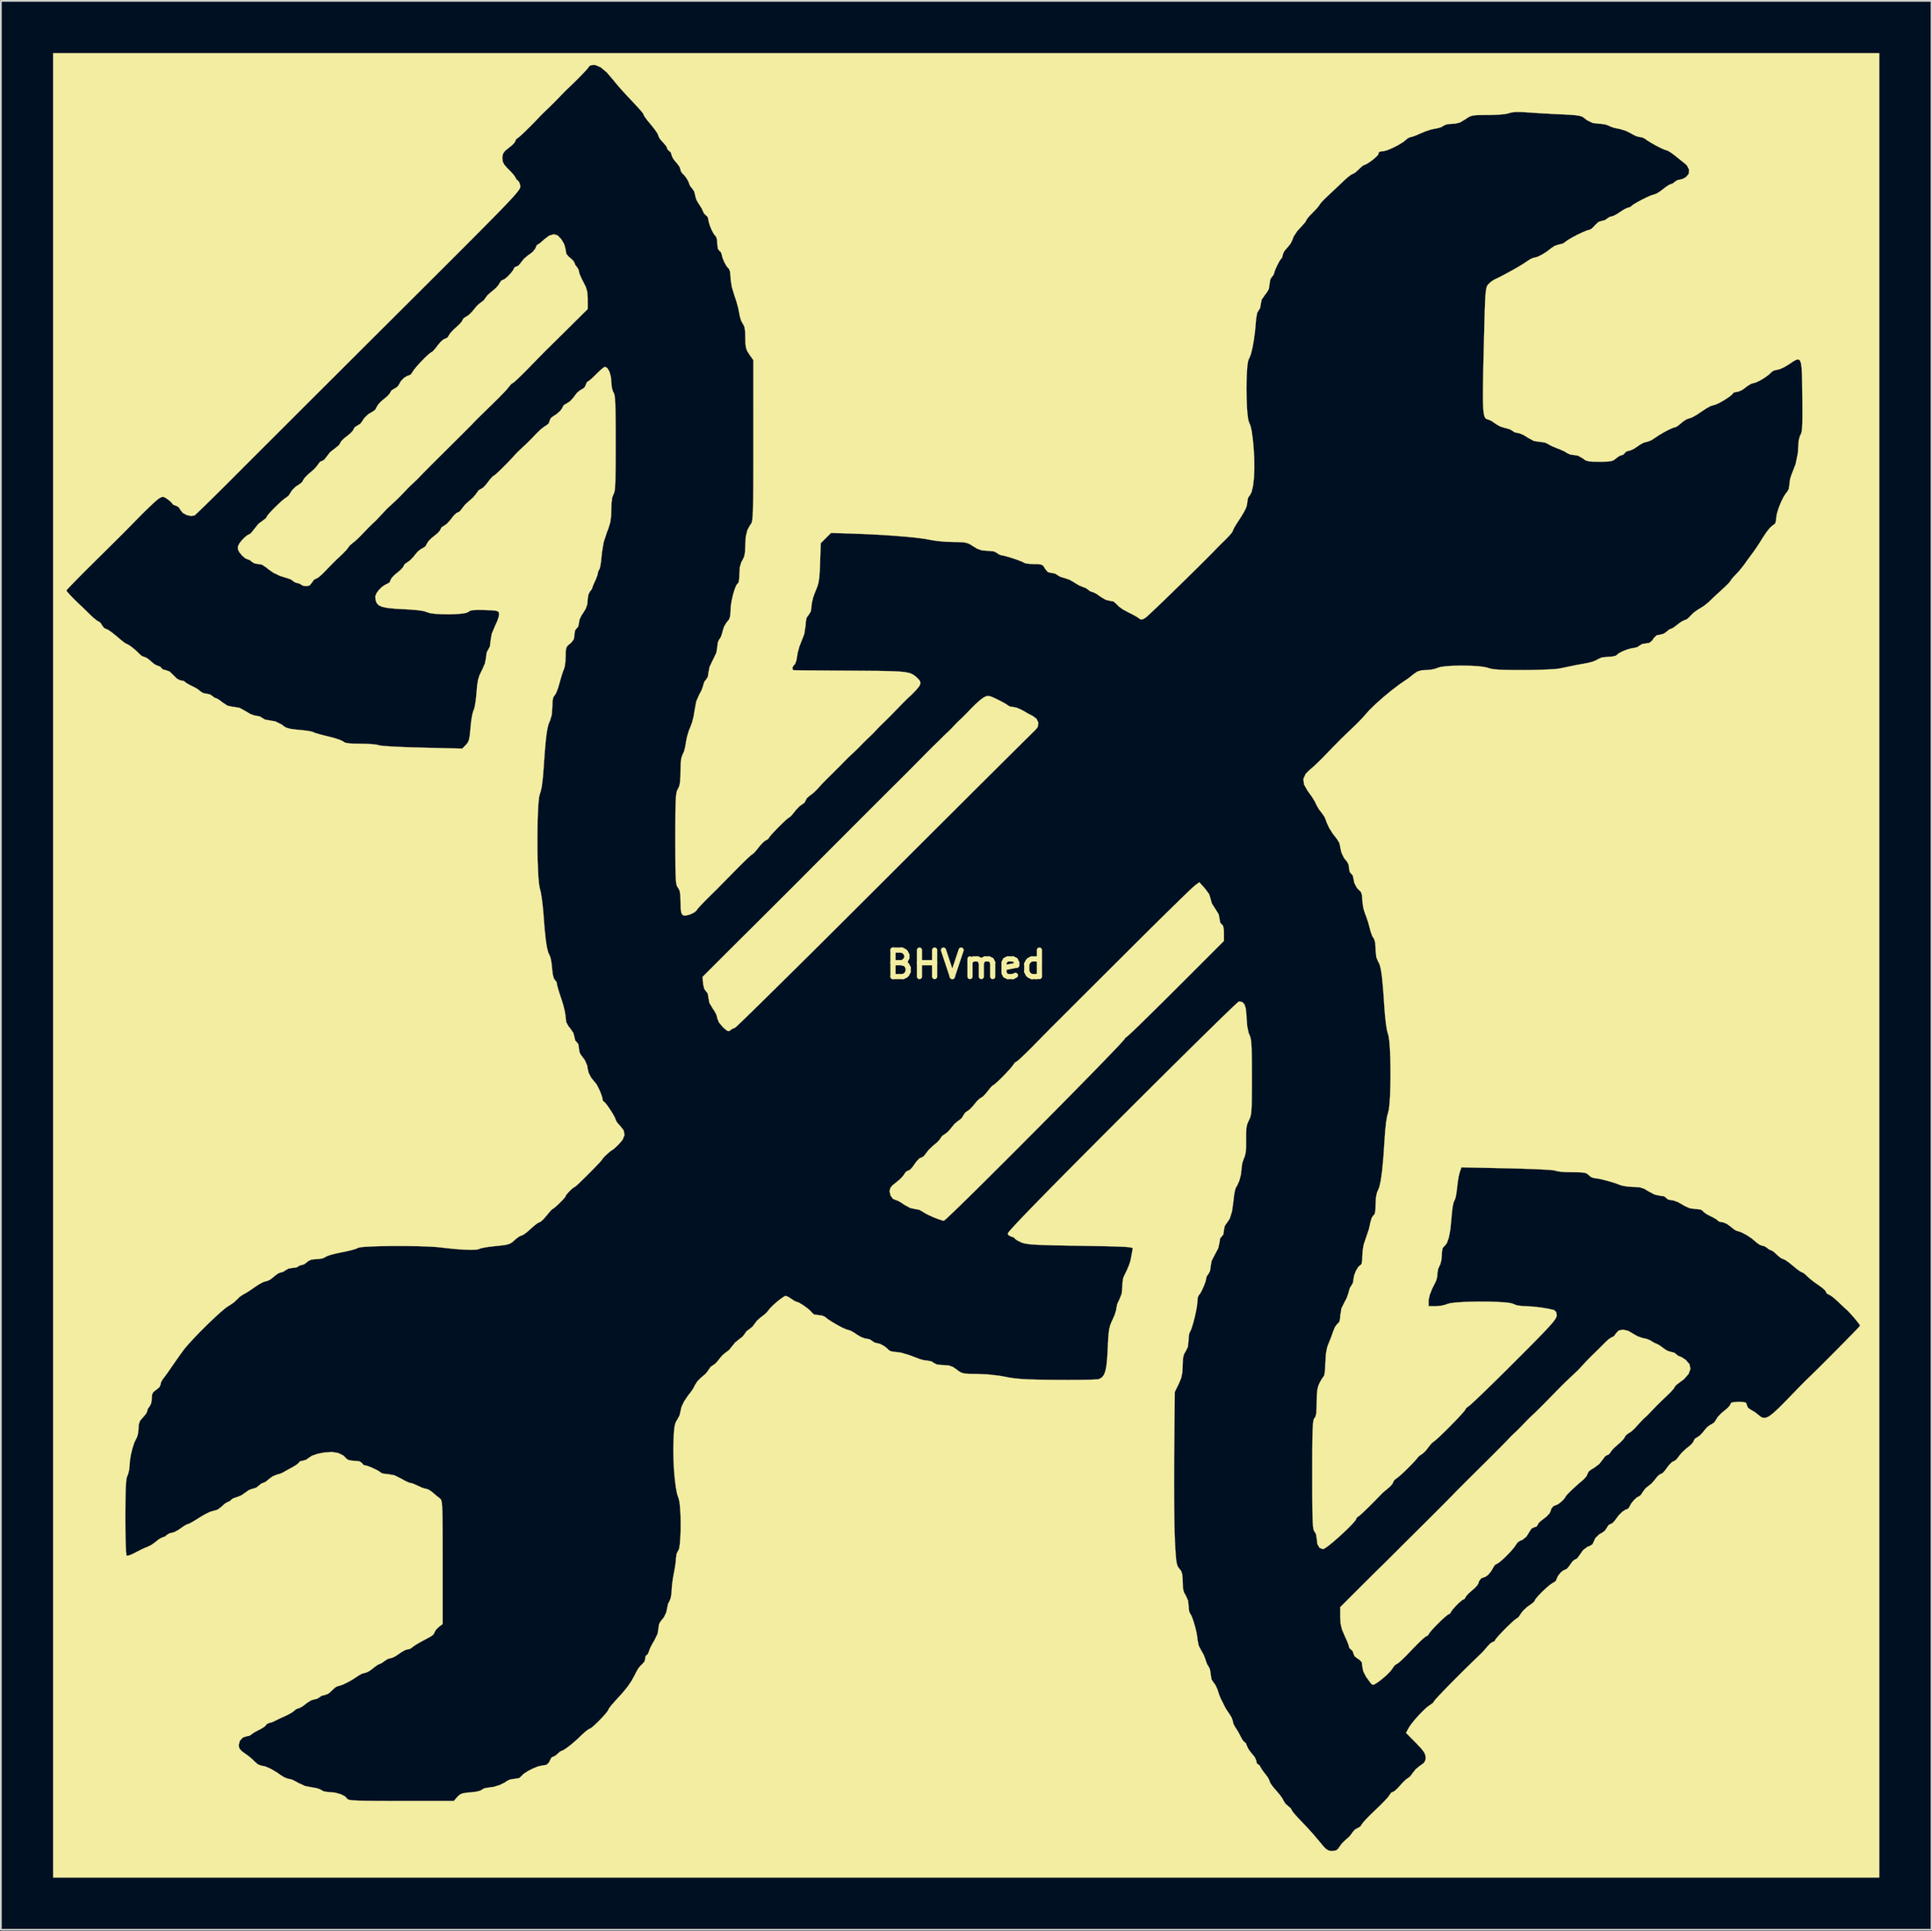
<source format=kicad_pcb>
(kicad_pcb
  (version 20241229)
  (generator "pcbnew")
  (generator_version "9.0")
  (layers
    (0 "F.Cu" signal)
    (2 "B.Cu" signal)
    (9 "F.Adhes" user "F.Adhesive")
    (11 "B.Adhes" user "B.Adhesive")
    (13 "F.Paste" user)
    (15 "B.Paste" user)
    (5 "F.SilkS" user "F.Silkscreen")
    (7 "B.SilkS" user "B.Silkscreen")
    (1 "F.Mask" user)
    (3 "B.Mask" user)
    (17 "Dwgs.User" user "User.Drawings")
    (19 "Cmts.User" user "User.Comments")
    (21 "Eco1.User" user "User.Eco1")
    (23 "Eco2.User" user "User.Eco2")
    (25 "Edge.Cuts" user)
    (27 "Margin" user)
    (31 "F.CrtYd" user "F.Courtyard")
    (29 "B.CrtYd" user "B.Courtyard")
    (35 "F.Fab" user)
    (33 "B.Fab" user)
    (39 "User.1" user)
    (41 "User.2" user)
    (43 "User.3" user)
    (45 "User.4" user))
  (footprint "BHVmed"
    (layer "F.Cu")
    (at 52.498 52.414)
    (property "Reference" "BHVmed" (at 0 0 0) (layer "F.SilkS") (effects (font (size 1.524 1.524) (thickness 0.3))))
    (attr through_hole)
    (fp_poly (pts (xy 1.454 -15.403) (xy 1.699 -15.293) (xy 1.827 -15.231) (xy 2.103 -15.088) (xy 2.314 -14.967) (xy 2.419 -14.892) (xy 2.421 -14.888) (xy 2.53 -14.835) (xy 2.693 -14.815) (xy 2.905 -14.77) (xy 3.166 -14.659) (xy 3.26 -14.607) (xy 3.516 -14.458) (xy 3.749 -14.335) (xy 3.808 -14.307) (xy 4.046 -14.131) (xy 4.151 -13.902) (xy 4.113 -13.661) (xy 3.969 -13.482) (xy 3.889 -13.406) (xy 3.696 -13.217) (xy 3.397 -12.922) (xy 2.999 -12.527) (xy 2.509 -12.041) (xy 1.934 -11.469) (xy 1.281 -10.819) (xy 0.556 -10.098) (xy -0.233 -9.311) (xy -1.079 -8.467) (xy -1.976 -7.573) (xy -2.917 -6.634) (xy -3.894 -5.658) (xy -4.706 -4.847) (xy -5.706 -3.849) (xy -6.674 -2.884) (xy -7.603 -1.959) (xy -8.486 -1.081) (xy -9.317 -0.257) (xy -10.088 0.507) (xy -10.793 1.204) (xy -11.426 1.828) (xy -11.978 2.37) (xy -12.444 2.826) (xy -12.816 3.187) (xy -13.088 3.447) (xy -13.253 3.6) (xy -13.304 3.641) (xy -13.445 3.693) (xy -13.544 3.766) (xy -13.639 3.827) (xy -13.74 3.806) (xy -13.89 3.687) (xy -13.996 3.587) (xy -14.213 3.327) (xy -14.307 3.102) (xy -14.309 3.072) (xy -14.36 2.88) (xy -14.49 2.641) (xy -14.563 2.54) (xy -14.764 2.202) (xy -14.817 1.918) (xy -14.859 1.661) (xy -14.955 1.54) (xy -15.06 1.395) (xy -15.122 1.121) (xy -15.125 1.085) (xy -15.158 0.707) (xy -14.064 -0.387) (xy -13.707 -0.744) (xy -13.386 -1.064) (xy -13.123 -1.327) (xy -12.938 -1.51) (xy -12.856 -1.591) (xy -12.776 -1.67) (xy -12.594 -1.85) (xy -12.332 -2.111) (xy -12.006 -2.435) (xy -11.638 -2.802) (xy -11.245 -3.194) (xy -10.848 -3.59) (xy -10.465 -3.972) (xy -10.114 -4.322) (xy -9.817 -4.619) (xy -9.591 -4.845) (xy -9.455 -4.981) (xy -9.44 -4.996) (xy -9.256 -5.182) (xy -8.976 -5.464) (xy -8.617 -5.825) (xy -8.194 -6.248) (xy -7.725 -6.718) (xy -7.226 -7.218) (xy -6.713 -7.732) (xy -6.202 -8.243) (xy -5.711 -8.735) (xy -5.254 -9.192) (xy -4.849 -9.596) (xy -4.512 -9.933) (xy -4.259 -10.185) (xy -4.107 -10.336) (xy -4.093 -10.349) (xy -3.837 -10.603) (xy -3.506 -10.934) (xy -3.141 -11.301) (xy -2.786 -11.66) (xy -2.784 -11.662) (xy -2.462 -11.988) (xy -2.16 -12.292) (xy -1.91 -12.541) (xy -1.743 -12.705) (xy -1.726 -12.722) (xy -1.527 -12.914) (xy -1.358 -13.083) (xy -1.34 -13.103) (xy -1.178 -13.261) (xy -1.086 -13.344) (xy -0.961 -13.462) (xy -0.781 -13.647) (xy -0.708 -13.725) (xy -0.521 -13.921) (xy -0.366 -14.071) (xy -0.327 -14.105) (xy -0.218 -14.208) (xy -0.028 -14.398) (xy 0.207 -14.641) (xy 0.283 -14.721) (xy 0.545 -14.982) (xy 0.796 -15.206) (xy 0.992 -15.353) (xy 1.027 -15.373) (xy 1.166 -15.435) (xy 1.292 -15.448) (xy 1.454 -15.403)) (stroke (width 0.01) (type solid)) (fill yes) (layer "F.SilkS"))
    (fp_poly (pts (xy 13.725 -4.378) (xy 13.97 -4.045) (xy 14.055 -3.768) (xy 14.124 -3.513) (xy 14.296 -3.24) (xy 14.312 -3.221) (xy 14.517 -2.89) (xy 14.563 -2.646) (xy 14.6 -2.42) (xy 14.69 -2.317) (xy 14.772 -2.223) (xy 14.811 -2.005) (xy 14.817 -1.814) (xy 14.817 -1.36) (xy 12.062 1.395) (xy 11.498 1.957) (xy 10.97 2.48) (xy 10.489 2.953) (xy 10.069 3.364) (xy 9.721 3.701) (xy 9.457 3.952) (xy 9.29 4.105) (xy 9.232 4.149) (xy 9.141 4.216) (xy 9.123 4.255) (xy 9.054 4.344) (xy 8.877 4.54) (xy 8.602 4.834) (xy 8.238 5.214) (xy 7.798 5.67) (xy 7.291 6.191) (xy 6.728 6.766) (xy 6.12 7.385) (xy 5.477 8.037) (xy 4.809 8.712) (xy 4.128 9.399) (xy 3.443 10.088) (xy 2.766 10.767) (xy 2.106 11.426) (xy 1.475 12.055) (xy 0.883 12.643) (xy 0.34 13.179) (xy -0.143 13.653) (xy -0.555 14.054) (xy -0.886 14.371) (xy -1.125 14.595) (xy -1.262 14.713) (xy -1.29 14.73) (xy -1.42 14.698) (xy -1.652 14.618) (xy -1.891 14.525) (xy -2.178 14.395) (xy -2.417 14.268) (xy -2.533 14.188) (xy -2.722 14.092) (xy -2.95 14.055) (xy -3.226 13.992) (xy -3.539 13.822) (xy -3.569 13.801) (xy -3.791 13.654) (xy -3.969 13.562) (xy -4.028 13.547) (xy -4.208 13.471) (xy -4.346 13.284) (xy -4.403 13.04) (xy -4.403 13.038) (xy -4.367 12.86) (xy -4.239 12.694) (xy -4.032 12.529) (xy -3.801 12.338) (xy -3.624 12.146) (xy -3.568 12.058) (xy -3.455 11.905) (xy -3.348 11.853) (xy -3.218 11.788) (xy -3.077 11.629) (xy -3.071 11.621) (xy -2.851 11.308) (xy -2.68 11.137) (xy -2.56 11.091) (xy -2.443 11.024) (xy -2.316 10.863) (xy -2.312 10.854) (xy -2.158 10.656) (xy -1.935 10.441) (xy -1.851 10.373) (xy -1.648 10.199) (xy -1.509 10.041) (xy -1.481 9.988) (xy -1.373 9.845) (xy -1.244 9.759) (xy -1.074 9.634) (xy -0.889 9.432) (xy -0.845 9.37) (xy -0.669 9.158) (xy -0.487 9.004) (xy -0.444 8.98) (xy -0.263 8.833) (xy -0.172 8.687) (xy -0.057 8.51) (xy 0.059 8.43) (xy 0.197 8.334) (xy 0.375 8.15) (xy 0.46 8.043) (xy 0.633 7.836) (xy 0.79 7.694) (xy 0.847 7.662) (xy 0.976 7.572) (xy 1.148 7.391) (xy 1.233 7.283) (xy 1.388 7.088) (xy 1.505 6.966) (xy 1.539 6.945) (xy 1.63 6.886) (xy 1.801 6.734) (xy 2.02 6.523) (xy 2.253 6.286) (xy 2.468 6.056) (xy 2.632 5.866) (xy 2.707 5.761) (xy 2.81 5.625) (xy 2.878 5.588) (xy 2.962 5.53) (xy 3.141 5.372) (xy 3.393 5.132) (xy 3.697 4.833) (xy 3.892 4.636) (xy 4.216 4.306) (xy 4.499 4.017) (xy 4.72 3.792) (xy 4.857 3.653) (xy 4.89 3.621) (xy 4.968 3.543) (xy 5.145 3.366) (xy 5.399 3.114) (xy 5.707 2.806) (xy 5.927 2.586) (xy 6.263 2.25) (xy 6.563 1.95) (xy 6.804 1.71) (xy 6.962 1.552) (xy 7.009 1.505) (xy 7.089 1.425) (xy 7.278 1.238) (xy 7.561 0.955) (xy 7.928 0.589) (xy 8.367 0.152) (xy 8.864 -0.344) (xy 9.409 -0.887) (xy 9.988 -1.464) (xy 10.006 -1.482) (xy 10.592 -2.064) (xy 11.148 -2.615) (xy 11.662 -3.121) (xy 12.122 -3.571) (xy 12.513 -3.951) (xy 12.823 -4.249) (xy 13.039 -4.452) (xy 13.148 -4.548) (xy 13.402 -4.735) (xy 13.725 -4.378)) (stroke (width 0.01) (type solid)) (fill yes) (layer "F.SilkS"))
    (fp_poly (pts (xy 38.047 21.055) (xy 38.327 21.215) (xy 38.594 21.37) (xy 38.882 21.472) (xy 38.927 21.48) (xy 39.171 21.539) (xy 39.354 21.622) (xy 39.37 21.634) (xy 39.561 21.75) (xy 39.666 21.791) (xy 39.843 21.88) (xy 40.053 22.031) (xy 40.082 22.055) (xy 40.292 22.196) (xy 40.49 22.266) (xy 40.516 22.267) (xy 40.715 22.321) (xy 40.809 22.394) (xy 40.938 22.501) (xy 41.002 22.521) (xy 41.119 22.569) (xy 41.306 22.688) (xy 41.373 22.737) (xy 41.586 22.98) (xy 41.637 23.251) (xy 41.53 23.54) (xy 41.267 23.838) (xy 40.958 24.068) (xy 40.797 24.195) (xy 40.725 24.297) (xy 40.725 24.302) (xy 40.667 24.395) (xy 40.513 24.568) (xy 40.294 24.785) (xy 40.247 24.829) (xy 39.961 25.101) (xy 39.678 25.382) (xy 39.464 25.603) (xy 39.268 25.81) (xy 39.106 25.972) (xy 39.047 26.026) (xy 38.955 26.108) (xy 38.836 26.229) (xy 38.66 26.418) (xy 38.439 26.661) (xy 38.255 26.834) (xy 38.087 26.946) (xy 38.071 26.953) (xy 37.918 27.071) (xy 37.872 27.157) (xy 37.785 27.291) (xy 37.607 27.475) (xy 37.461 27.601) (xy 37.246 27.793) (xy 37.09 27.966) (xy 37.041 28.046) (xy 36.941 28.171) (xy 36.87 28.194) (xy 36.744 28.262) (xy 36.651 28.384) (xy 36.4 28.711) (xy 36.052 28.971) (xy 35.959 29.018) (xy 35.793 29.138) (xy 35.726 29.272) (xy 35.662 29.419) (xy 35.507 29.595) (xy 35.462 29.633) (xy 35.216 29.842) (xy 34.962 30.071) (xy 34.73 30.291) (xy 34.553 30.47) (xy 34.464 30.577) (xy 34.459 30.59) (xy 34.399 30.696) (xy 34.255 30.845) (xy 34.086 30.986) (xy 33.948 31.068) (xy 33.922 31.073) (xy 33.753 31.143) (xy 33.632 31.3) (xy 33.613 31.386) (xy 33.543 31.545) (xy 33.355 31.746) (xy 33.083 31.956) (xy 33.068 31.966) (xy 32.913 32.102) (xy 32.851 32.225) (xy 32.78 32.32) (xy 32.68 32.343) (xy 32.51 32.421) (xy 32.404 32.574) (xy 32.213 32.884) (xy 31.982 33.077) (xy 31.866 33.119) (xy 31.713 33.212) (xy 31.612 33.35) (xy 31.499 33.517) (xy 31.311 33.737) (xy 31.084 33.976) (xy 30.852 34.198) (xy 30.651 34.369) (xy 30.517 34.454) (xy 30.499 34.457) (xy 30.387 34.528) (xy 30.312 34.65) (xy 30.177 34.888) (xy 30.005 35.091) (xy 29.84 35.209) (xy 29.785 35.221) (xy 29.602 35.294) (xy 29.478 35.465) (xy 29.459 35.556) (xy 29.394 35.678) (xy 29.232 35.854) (xy 29.083 35.983) (xy 28.878 36.164) (xy 28.741 36.317) (xy 28.707 36.386) (xy 28.644 36.484) (xy 28.611 36.491) (xy 28.505 36.55) (xy 28.334 36.695) (xy 28.143 36.885) (xy 27.974 37.074) (xy 27.87 37.219) (xy 27.855 37.26) (xy 27.791 37.336) (xy 27.77 37.338) (xy 27.67 37.395) (xy 27.49 37.545) (xy 27.266 37.754) (xy 27.029 37.988) (xy 26.814 38.215) (xy 26.655 38.399) (xy 26.586 38.509) (xy 26.585 38.515) (xy 26.518 38.6) (xy 26.473 38.608) (xy 26.376 38.667) (xy 26.19 38.828) (xy 25.942 39.068) (xy 25.656 39.363) (xy 25.609 39.412) (xy 25.32 39.714) (xy 25.065 39.964) (xy 24.87 40.139) (xy 24.759 40.215) (xy 24.75 40.217) (xy 24.641 40.285) (xy 24.521 40.451) (xy 24.514 40.465) (xy 24.382 40.641) (xy 24.159 40.866) (xy 23.893 41.092) (xy 23.887 41.097) (xy 23.629 41.291) (xy 23.468 41.391) (xy 23.368 41.411) (xy 23.296 41.364) (xy 23.271 41.335) (xy 22.992 40.957) (xy 22.833 40.649) (xy 22.776 40.38) (xy 22.775 40.349) (xy 22.746 40.123) (xy 22.627 39.982) (xy 22.521 39.92) (xy 22.329 39.77) (xy 22.267 39.619) (xy 22.212 39.457) (xy 22.14 39.401) (xy 22.028 39.295) (xy 22.013 39.235) (xy 21.978 39.104) (xy 21.886 38.872) (xy 21.759 38.594) (xy 21.604 38.229) (xy 21.527 37.903) (xy 21.505 37.52) (xy 21.505 37.508) (xy 21.505 36.945) (xy 22.601 35.85) (xy 22.956 35.496) (xy 23.273 35.18) (xy 23.532 34.923) (xy 23.712 34.746) (xy 23.789 34.671) (xy 23.879 34.584) (xy 24.066 34.4) (xy 24.326 34.142) (xy 24.636 33.833) (xy 24.815 33.655) (xy 25.152 33.318) (xy 25.461 33.01) (xy 25.715 32.758) (xy 25.887 32.586) (xy 25.934 32.54) (xy 26.27 32.207) (xy 26.631 31.848) (xy 26.992 31.488) (xy 27.331 31.147) (xy 27.626 30.85) (xy 27.854 30.619) (xy 27.992 30.477) (xy 28.014 30.453) (xy 28.112 30.351) (xy 28.312 30.149) (xy 28.594 29.866) (xy 28.939 29.522) (xy 29.329 29.136) (xy 29.537 28.929) (xy 29.948 28.522) (xy 30.331 28.14) (xy 30.664 27.806) (xy 30.928 27.538) (xy 31.102 27.359) (xy 31.146 27.312) (xy 31.336 27.112) (xy 31.509 26.947) (xy 31.527 26.931) (xy 31.671 26.796) (xy 31.877 26.589) (xy 32.035 26.424) (xy 32.275 26.176) (xy 32.513 25.942) (xy 32.633 25.831) (xy 32.787 25.686) (xy 33.026 25.45) (xy 33.318 25.156) (xy 33.631 24.835) (xy 33.649 24.816) (xy 33.963 24.495) (xy 34.258 24.198) (xy 34.502 23.957) (xy 34.662 23.806) (xy 34.668 23.8) (xy 35.193 23.304) (xy 35.529 22.942) (xy 35.692 22.766) (xy 35.918 22.535) (xy 36.079 22.378) (xy 36.344 22.119) (xy 36.613 21.851) (xy 36.741 21.721) (xy 36.933 21.546) (xy 37.092 21.438) (xy 37.145 21.421) (xy 37.259 21.351) (xy 37.353 21.209) (xy 37.511 21.043) (xy 37.755 20.991) (xy 38.047 21.055)) (stroke (width 0.01) (type solid)) (fill yes) (layer "F.SilkS"))
    (fp_poly (pts (xy -23.492 -41.93) (xy -23.278 -41.71) (xy -23.11 -41.419) (xy -23.031 -41.136) (xy -23.029 -41.1) (xy -22.986 -40.862) (xy -22.827 -40.679) (xy -22.775 -40.64) (xy -22.608 -40.493) (xy -22.524 -40.365) (xy -22.521 -40.348) (xy -22.462 -40.205) (xy -22.394 -40.132) (xy -22.286 -39.964) (xy -22.267 -39.866) (xy -22.227 -39.709) (xy -22.123 -39.467) (xy -22.013 -39.256) (xy -21.862 -38.952) (xy -21.785 -38.676) (xy -21.76 -38.341) (xy -21.759 -38.25) (xy -21.759 -37.695) (xy -22.856 -36.606) (xy -23.212 -36.253) (xy -23.53 -35.939) (xy -23.79 -35.683) (xy -23.969 -35.507) (xy -24.046 -35.433) (xy -24.135 -35.345) (xy -24.319 -35.159) (xy -24.576 -34.897) (xy -24.882 -34.583) (xy -25.063 -34.396) (xy -25.384 -34.07) (xy -25.667 -33.792) (xy -25.889 -33.583) (xy -26.03 -33.463) (xy -26.065 -33.443) (xy -26.161 -33.379) (xy -26.285 -33.226) (xy -26.285 -33.225) (xy -26.398 -33.087) (xy -26.607 -32.861) (xy -26.884 -32.577) (xy -27.202 -32.263) (xy -27.279 -32.188) (xy -27.601 -31.877) (xy -27.888 -31.596) (xy -28.114 -31.373) (xy -28.251 -31.233) (xy -28.268 -31.214) (xy -28.366 -31.111) (xy -28.566 -30.909) (xy -28.848 -30.626) (xy -29.193 -30.282) (xy -29.582 -29.895) (xy -29.789 -29.69) (xy -30.199 -29.283) (xy -30.582 -28.901) (xy -30.915 -28.567) (xy -31.179 -28.3) (xy -31.353 -28.121) (xy -31.397 -28.074) (xy -31.59 -27.874) (xy -31.767 -27.709) (xy -31.786 -27.693) (xy -31.933 -27.557) (xy -32.139 -27.349) (xy -32.294 -27.185) (xy -32.532 -26.936) (xy -32.77 -26.702) (xy -32.889 -26.592) (xy -33.299 -26.212) (xy -33.688 -25.798) (xy -33.707 -25.777) (xy -33.896 -25.575) (xy -34.069 -25.409) (xy -34.088 -25.393) (xy -34.224 -25.264) (xy -34.431 -25.055) (xy -34.665 -24.81) (xy -34.674 -24.8) (xy -34.906 -24.561) (xy -35.115 -24.366) (xy -35.256 -24.254) (xy -35.261 -24.251) (xy -35.439 -24.1) (xy -35.512 -24.001) (xy -35.63 -23.846) (xy -35.817 -23.649) (xy -35.887 -23.583) (xy -36.134 -23.352) (xy -36.396 -23.095) (xy -36.461 -23.029) (xy -36.706 -22.778) (xy -36.958 -22.52) (xy -37.019 -22.458) (xy -37.205 -22.291) (xy -37.358 -22.193) (xy -37.399 -22.183) (xy -37.513 -22.113) (xy -37.607 -21.971) (xy -37.75 -21.8) (xy -37.939 -21.759) (xy -38.13 -21.787) (xy -38.227 -21.844) (xy -38.347 -21.917) (xy -38.433 -21.929) (xy -38.618 -21.99) (xy -38.688 -22.05) (xy -38.839 -22.153) (xy -39.058 -22.227) (xy -39.447 -22.347) (xy -39.833 -22.533) (xy -40.145 -22.749) (xy -40.217 -22.818) (xy -40.49 -22.998) (xy -40.687 -23.029) (xy -40.91 -23.067) (xy -41.063 -23.156) (xy -41.196 -23.264) (xy -41.264 -23.284) (xy -41.428 -23.349) (xy -41.621 -23.508) (xy -41.787 -23.708) (xy -41.868 -23.877) (xy -41.869 -24.052) (xy -41.769 -24.244) (xy -41.637 -24.406) (xy -41.455 -24.59) (xy -41.305 -24.704) (xy -41.254 -24.723) (xy -41.141 -24.787) (xy -41.008 -24.944) (xy -41.002 -24.954) (xy -40.689 -25.345) (xy -40.392 -25.566) (xy -40.255 -25.671) (xy -40.217 -25.744) (xy -40.159 -25.841) (xy -40.008 -26.015) (xy -39.798 -26.234) (xy -39.564 -26.463) (xy -39.339 -26.669) (xy -39.159 -26.817) (xy -39.072 -26.871) (xy -38.933 -26.988) (xy -38.888 -27.07) (xy -38.759 -27.273) (xy -38.55 -27.48) (xy -38.333 -27.623) (xy -38.313 -27.631) (xy -38.168 -27.755) (xy -38.129 -27.839) (xy -38.043 -27.975) (xy -37.865 -28.16) (xy -37.72 -28.284) (xy -37.494 -28.483) (xy -37.32 -28.675) (xy -37.261 -28.765) (xy -37.147 -28.912) (xy -37.046 -28.956) (xy -36.912 -29.023) (xy -36.827 -29.132) (xy -36.569 -29.466) (xy -36.215 -29.741) (xy -36.054 -29.876) (xy -35.984 -29.997) (xy -35.983 -30.002) (xy -35.919 -30.109) (xy -35.754 -30.268) (xy -35.602 -30.386) (xy -35.391 -30.559) (xy -35.253 -30.712) (xy -35.221 -30.784) (xy -35.151 -30.902) (xy -35.007 -30.989) (xy -34.826 -31.103) (xy -34.739 -31.22) (xy -34.602 -31.432) (xy -34.382 -31.642) (xy -34.15 -31.782) (xy -34.124 -31.791) (xy -33.968 -31.911) (xy -33.903 -32.041) (xy -33.809 -32.201) (xy -33.623 -32.398) (xy -33.479 -32.517) (xy -33.272 -32.691) (xy -33.136 -32.843) (xy -33.105 -32.911) (xy -33.034 -33.022) (xy -32.891 -33.105) (xy -32.709 -33.22) (xy -32.622 -33.336) (xy -32.496 -33.553) (xy -32.311 -33.743) (xy -32.124 -33.855) (xy -32.065 -33.865) (xy -31.922 -33.937) (xy -31.843 -34.057) (xy -31.757 -34.191) (xy -31.591 -34.394) (xy -31.377 -34.63) (xy -31.149 -34.865) (xy -30.941 -35.064) (xy -30.784 -35.192) (xy -30.724 -35.221) (xy -30.643 -35.285) (xy -30.503 -35.448) (xy -30.386 -35.602) (xy -30.209 -35.814) (xy -30.044 -35.952) (xy -29.963 -35.983) (xy -29.82 -36.054) (xy -29.76 -36.153) (xy -29.667 -36.3) (xy -29.486 -36.497) (xy -29.331 -36.637) (xy -29.127 -36.826) (xy -28.991 -36.986) (xy -28.956 -37.062) (xy -28.886 -37.173) (xy -28.754 -37.25) (xy -28.583 -37.364) (xy -28.388 -37.563) (xy -28.313 -37.658) (xy -28.135 -37.873) (xy -27.961 -38.031) (xy -27.902 -38.066) (xy -27.725 -38.206) (xy -27.652 -38.316) (xy -27.539 -38.468) (xy -27.342 -38.652) (xy -27.244 -38.727) (xy -27.028 -38.913) (xy -26.87 -39.102) (xy -26.836 -39.168) (xy -26.736 -39.321) (xy -26.639 -39.37) (xy -26.518 -39.431) (xy -26.346 -39.58) (xy -26.17 -39.767) (xy -26.037 -39.944) (xy -25.993 -40.05) (xy -25.924 -40.122) (xy -25.862 -40.132) (xy -25.734 -40.199) (xy -25.598 -40.364) (xy -25.587 -40.382) (xy -25.42 -40.588) (xy -25.186 -40.787) (xy -25.125 -40.826) (xy -24.915 -40.989) (xy -24.776 -41.162) (xy -24.755 -41.212) (xy -24.69 -41.36) (xy -24.636 -41.402) (xy -24.541 -41.456) (xy -24.373 -41.595) (xy -24.263 -41.698) (xy -23.971 -41.917) (xy -23.702 -41.993) (xy -23.492 -41.93)) (stroke (width 0.01) (type solid)) (fill yes) (layer "F.SilkS"))
    (fp_poly (pts (xy 52.493 52.493) (xy -52.493 52.493) (xy -52.493 -21.51) (xy -51.731 -21.51) (xy -51.674 -21.424) (xy -51.523 -21.254) (xy -51.308 -21.031) (xy -51.059 -20.788) (xy -50.94 -20.676) (xy -50.798 -20.542) (xy -50.586 -20.335) (xy -50.377 -20.13) (xy -50.158 -19.926) (xy -49.977 -19.781) (xy -49.876 -19.727) (xy -49.774 -19.658) (xy -49.684 -19.516) (xy -49.571 -19.359) (xy -49.459 -19.304) (xy -49.337 -19.251) (xy -49.132 -19.112) (xy -48.884 -18.914) (xy -48.845 -18.881) (xy -48.606 -18.678) (xy -48.417 -18.529) (xy -48.313 -18.459) (xy -48.306 -18.457) (xy -48.188 -18.406) (xy -47.999 -18.277) (xy -47.789 -18.11) (xy -47.61 -17.944) (xy -47.558 -17.886) (xy -47.397 -17.745) (xy -47.259 -17.693) (xy -47.113 -17.634) (xy -46.924 -17.491) (xy -46.87 -17.439) (xy -46.681 -17.28) (xy -46.513 -17.193) (xy -46.477 -17.187) (xy -46.325 -17.123) (xy -46.282 -17.06) (xy -46.169 -16.963) (xy -46.023 -16.933) (xy -45.793 -16.85) (xy -45.575 -16.637) (xy -45.371 -16.436) (xy -45.182 -16.343) (xy -45.153 -16.341) (xy -44.983 -16.307) (xy -44.917 -16.258) (xy -44.814 -16.177) (xy -44.613 -16.066) (xy -44.51 -16.018) (xy -44.266 -15.891) (xy -44.078 -15.76) (xy -44.037 -15.719) (xy -43.869 -15.613) (xy -43.688 -15.579) (xy -43.476 -15.535) (xy -43.349 -15.452) (xy -43.215 -15.345) (xy -43.145 -15.325) (xy -43.026 -15.273) (xy -42.839 -15.144) (xy -42.753 -15.074) (xy -42.474 -14.889) (xy -42.177 -14.822) (xy -42.113 -14.82) (xy -41.773 -14.761) (xy -41.433 -14.576) (xy -41.415 -14.563) (xy -41.153 -14.408) (xy -40.904 -14.319) (xy -40.82 -14.309) (xy -40.605 -14.267) (xy -40.471 -14.182) (xy -40.312 -14.087) (xy -40.127 -14.055) (xy -39.724 -13.987) (xy -39.354 -13.805) (xy -39.241 -13.714) (xy -39.09 -13.621) (xy -38.845 -13.555) (xy -38.473 -13.507) (xy -38.352 -13.497) (xy -38.013 -13.462) (xy -37.737 -13.421) (xy -37.568 -13.38) (xy -37.543 -13.368) (xy -37.425 -13.318) (xy -37.183 -13.246) (xy -36.86 -13.161) (xy -36.681 -13.119) (xy -36.331 -13.028) (xy -36.04 -12.935) (xy -35.851 -12.852) (xy -35.809 -12.821) (xy -35.711 -12.762) (xy -35.516 -12.724) (xy -35.2 -12.705) (xy -34.824 -12.7) (xy -34.439 -12.692) (xy -34.105 -12.671) (xy -33.866 -12.64) (xy -33.781 -12.615) (xy -33.656 -12.59) (xy -33.385 -12.564) (xy -32.992 -12.538) (xy -32.5 -12.514) (xy -31.932 -12.492) (xy -31.311 -12.475) (xy -31.298 -12.474) (xy -28.975 -12.419) (xy -28.766 -12.628) (xy -28.664 -12.75) (xy -28.595 -12.9) (xy -28.548 -13.118) (xy -28.512 -13.446) (xy -28.496 -13.636) (xy -28.458 -14.006) (xy -28.406 -14.327) (xy -28.35 -14.55) (xy -28.324 -14.609) (xy -28.27 -14.766) (xy -28.217 -15.045) (xy -28.172 -15.401) (xy -28.153 -15.625) (xy -28.115 -16.055) (xy -28.064 -16.369) (xy -27.987 -16.621) (xy -27.873 -16.864) (xy -27.847 -16.911) (xy -27.674 -17.302) (xy -27.602 -17.65) (xy -27.601 -17.684) (xy -27.569 -17.937) (xy -27.485 -18.108) (xy -27.474 -18.119) (xy -27.385 -18.285) (xy -27.348 -18.566) (xy -27.347 -18.598) (xy -27.279 -19.016) (xy -27.087 -19.473) (xy -26.956 -19.76) (xy -26.872 -20.015) (xy -26.854 -20.168) (xy -26.876 -20.258) (xy -26.934 -20.316) (xy -27.06 -20.351) (xy -27.286 -20.371) (xy -27.646 -20.385) (xy -27.694 -20.386) (xy -28.095 -20.393) (xy -28.36 -20.38) (xy -28.521 -20.346) (xy -28.611 -20.285) (xy -28.615 -20.281) (xy -28.748 -20.222) (xy -29.009 -20.179) (xy -29.358 -20.152) (xy -29.754 -20.141) (xy -30.157 -20.147) (xy -30.528 -20.169) (xy -30.824 -20.208) (xy -31.007 -20.265) (xy -31.012 -20.268) (xy -31.201 -20.329) (xy -31.55 -20.38) (xy -32.05 -20.42) (xy -32.326 -20.434) (xy -32.886 -20.466) (xy -33.3 -20.511) (xy -33.591 -20.575) (xy -33.782 -20.668) (xy -33.896 -20.795) (xy -33.956 -20.965) (xy -33.957 -20.971) (xy -33.971 -21.179) (xy -33.894 -21.369) (xy -33.772 -21.533) (xy -33.574 -21.727) (xy -33.373 -21.859) (xy -33.318 -21.878) (xy -33.147 -21.976) (xy -33.105 -22.084) (xy -33.041 -22.216) (xy -32.876 -22.394) (xy -32.724 -22.521) (xy -32.514 -22.697) (xy -32.376 -22.849) (xy -32.343 -22.92) (xy -32.274 -23.035) (xy -32.134 -23.128) (xy -31.958 -23.256) (xy -31.763 -23.464) (xy -31.698 -23.551) (xy -31.519 -23.76) (xy -31.334 -23.903) (xy -31.271 -23.929) (xy -31.091 -24.045) (xy -31.023 -24.172) (xy -30.929 -24.33) (xy -30.74 -24.522) (xy -30.6 -24.634) (xy -30.391 -24.805) (xy -30.255 -24.957) (xy -30.226 -25.026) (xy -30.156 -25.148) (xy -30.032 -25.224) (xy -29.869 -25.336) (xy -29.68 -25.536) (xy -29.597 -25.645) (xy -29.435 -25.847) (xy -29.292 -25.972) (xy -29.237 -25.993) (xy -29.115 -26.06) (xy -28.986 -26.222) (xy -28.982 -26.228) (xy -28.822 -26.434) (xy -28.602 -26.64) (xy -28.56 -26.672) (xy -28.34 -26.867) (xy -28.168 -27.078) (xy -28.146 -27.114) (xy -28.023 -27.278) (xy -27.902 -27.347) (xy -27.901 -27.347) (xy -27.788 -27.412) (xy -27.626 -27.577) (xy -27.508 -27.728) (xy -27.345 -27.938) (xy -27.214 -28.077) (xy -27.161 -28.109) (xy -27.079 -28.166) (xy -26.912 -28.317) (xy -26.689 -28.531) (xy -26.44 -28.78) (xy -26.196 -29.033) (xy -25.987 -29.26) (xy -25.941 -29.313) (xy -25.824 -29.435) (xy -25.639 -29.615) (xy -25.56 -29.689) (xy -25.323 -29.912) (xy -25.141 -30.087) (xy -24.961 -30.27) (xy -24.727 -30.515) (xy -24.691 -30.552) (xy -24.469 -30.766) (xy -24.261 -30.931) (xy -24.151 -30.995) (xy -23.998 -31.119) (xy -23.961 -31.237) (xy -23.892 -31.406) (xy -23.784 -31.5) (xy -23.54 -31.66) (xy -23.335 -31.843) (xy -23.214 -32.008) (xy -23.199 -32.066) (xy -23.127 -32.175) (xy -22.966 -32.266) (xy -22.777 -32.389) (xy -22.584 -32.598) (xy -22.529 -32.679) (xy -22.362 -32.891) (xy -22.186 -33.034) (xy -22.128 -33.058) (xy -21.946 -33.181) (xy -21.878 -33.318) (xy -21.814 -33.475) (xy -21.753 -33.528) (xy -21.661 -33.585) (xy -21.49 -33.733) (xy -21.276 -33.942) (xy -21.267 -33.951) (xy -21.05 -34.162) (xy -20.871 -34.314) (xy -20.768 -34.375) (xy -20.767 -34.375) (xy -20.629 -34.297) (xy -20.51 -34.092) (xy -20.429 -33.802) (xy -20.402 -33.51) (xy -20.376 -33.2) (xy -20.31 -32.96) (xy -20.275 -32.898) (xy -20.24 -32.827) (xy -20.212 -32.706) (xy -20.19 -32.518) (xy -20.174 -32.245) (xy -20.163 -31.871) (xy -20.156 -31.378) (xy -20.152 -30.75) (xy -20.151 -29.972) (xy -20.152 -29.192) (xy -20.156 -28.565) (xy -20.163 -28.072) (xy -20.174 -27.698) (xy -20.19 -27.426) (xy -20.212 -27.238) (xy -20.24 -27.117) (xy -20.275 -27.046) (xy -20.35 -26.86) (xy -20.391 -26.534) (xy -20.402 -26.177) (xy -20.417 -25.755) (xy -20.467 -25.416) (xy -20.571 -25.076) (xy -20.653 -24.865) (xy -20.842 -24.287) (xy -20.947 -23.66) (xy -20.96 -23.515) (xy -20.994 -23.177) (xy -21.035 -22.909) (xy -21.076 -22.75) (xy -21.092 -22.727) (xy -21.159 -22.612) (xy -21.17 -22.538) (xy -21.207 -22.375) (xy -21.297 -22.141) (xy -21.336 -22.056) (xy -21.436 -21.835) (xy -21.496 -21.678) (xy -21.502 -21.647) (xy -21.559 -21.537) (xy -21.632 -21.451) (xy -21.715 -21.287) (xy -21.758 -21.043) (xy -21.759 -20.99) (xy -21.787 -20.706) (xy -21.884 -20.441) (xy -22.078 -20.134) (xy -22.119 -20.076) (xy -22.231 -19.838) (xy -22.267 -19.629) (xy -22.308 -19.43) (xy -22.394 -19.335) (xy -22.491 -19.21) (xy -22.521 -18.969) (xy -22.556 -18.714) (xy -22.691 -18.528) (xy -22.775 -18.457) (xy -22.915 -18.337) (xy -22.991 -18.209) (xy -23.023 -18.021) (xy -23.029 -17.719) (xy -23.043 -17.407) (xy -23.079 -17.144) (xy -23.119 -17.008) (xy -23.183 -16.847) (xy -23.271 -16.576) (xy -23.364 -16.248) (xy -23.38 -16.188) (xy -23.475 -15.872) (xy -23.573 -15.621) (xy -23.656 -15.481) (xy -23.671 -15.469) (xy -23.744 -15.36) (xy -23.783 -15.125) (xy -23.792 -14.834) (xy -23.825 -14.368) (xy -23.92 -14.039) (xy -23.934 -14.012) (xy -24.003 -13.851) (xy -24.064 -13.623) (xy -24.119 -13.31) (xy -24.169 -12.892) (xy -24.218 -12.351) (xy -24.269 -11.668) (xy -24.291 -11.332) (xy -24.343 -10.692) (xy -24.403 -10.219) (xy -24.473 -9.913) (xy -24.505 -9.833) (xy -24.549 -9.66) (xy -24.586 -9.345) (xy -24.614 -8.915) (xy -24.635 -8.397) (xy -24.647 -7.82) (xy -24.652 -7.209) (xy -24.649 -6.593) (xy -24.638 -5.998) (xy -24.618 -5.453) (xy -24.591 -4.983) (xy -24.556 -4.616) (xy -24.513 -4.38) (xy -24.507 -4.361) (xy -24.452 -4.131) (xy -24.395 -3.777) (xy -24.343 -3.345) (xy -24.301 -2.881) (xy -24.297 -2.813) (xy -24.237 -2.047) (xy -24.173 -1.444) (xy -24.105 -0.995) (xy -24.03 -0.695) (xy -23.956 -0.545) (xy -23.899 -0.402) (xy -23.848 -0.145) (xy -23.812 0.173) (xy -23.811 0.192) (xy -23.769 0.563) (xy -23.706 0.799) (xy -23.653 0.872) (xy -23.55 1.008) (xy -23.536 1.084) (xy -23.509 1.225) (xy -23.437 1.48) (xy -23.333 1.803) (xy -23.283 1.947) (xy -23.167 2.319) (xy -23.079 2.677) (xy -23.034 2.959) (xy -23.03 3.022) (xy -22.993 3.315) (xy -22.856 3.56) (xy -22.775 3.654) (xy -22.589 3.923) (xy -22.521 4.17) (xy -22.48 4.363) (xy -22.394 4.457) (xy -22.299 4.577) (xy -22.267 4.787) (xy -22.237 5.015) (xy -22.163 5.177) (xy -22.16 5.18) (xy -21.928 5.488) (xy -21.787 5.812) (xy -21.759 5.997) (xy -21.703 6.231) (xy -21.561 6.503) (xy -21.374 6.737) (xy -21.334 6.773) (xy -21.24 6.904) (xy -21.122 7.131) (xy -21.009 7.388) (xy -20.931 7.609) (xy -20.913 7.707) (xy -20.882 7.844) (xy -20.84 7.874) (xy -20.759 7.941) (xy -20.625 8.11) (xy -20.468 8.338) (xy -20.317 8.578) (xy -20.202 8.787) (xy -20.151 8.92) (xy -20.151 8.926) (xy -20.094 9.044) (xy -19.952 9.215) (xy -19.897 9.271) (xy -19.691 9.538) (xy -19.644 9.802) (xy -19.758 10.081) (xy -19.981 10.339) (xy -20.172 10.519) (xy -20.31 10.639) (xy -20.354 10.668) (xy -20.441 10.721) (xy -20.592 10.847) (xy -20.755 10.999) (xy -20.878 11.129) (xy -20.913 11.183) (xy -20.969 11.261) (xy -21.12 11.427) (xy -21.338 11.656) (xy -21.595 11.919) (xy -21.864 12.188) (xy -22.118 12.436) (xy -22.328 12.636) (xy -22.467 12.759) (xy -22.507 12.785) (xy -22.604 12.842) (xy -22.756 12.977) (xy -22.909 13.139) (xy -23.013 13.273) (xy -23.029 13.315) (xy -23.086 13.405) (xy -23.228 13.563) (xy -23.413 13.748) (xy -23.598 13.919) (xy -23.74 14.034) (xy -23.788 14.058) (xy -23.861 14.121) (xy -24.001 14.28) (xy -24.13 14.439) (xy -24.31 14.646) (xy -24.464 14.783) (xy -24.535 14.817) (xy -24.649 14.872) (xy -24.838 15.016) (xy -25.042 15.198) (xy -25.266 15.395) (xy -25.456 15.532) (xy -25.564 15.579) (xy -25.697 15.634) (xy -25.885 15.773) (xy -25.962 15.844) (xy -26.103 15.969) (xy -26.244 16.052) (xy -26.43 16.108) (xy -26.703 16.149) (xy -27.061 16.185) (xy -27.426 16.226) (xy -27.732 16.275) (xy -27.937 16.324) (xy -27.993 16.349) (xy -28.136 16.389) (xy -28.424 16.403) (xy -28.831 16.392) (xy -29.335 16.358) (xy -29.911 16.3) (xy -30.184 16.267) (xy -30.518 16.235) (xy -30.952 16.211) (xy -31.461 16.194) (xy -32.016 16.183) (xy -32.592 16.179) (xy -33.16 16.182) (xy -33.695 16.191) (xy -34.17 16.206) (xy -34.558 16.227) (xy -34.831 16.254) (xy -34.964 16.287) (xy -34.967 16.289) (xy -35.102 16.35) (xy -35.361 16.425) (xy -35.7 16.504) (xy -35.916 16.546) (xy -36.278 16.622) (xy -36.581 16.703) (xy -36.782 16.778) (xy -36.837 16.815) (xy -36.99 16.893) (xy -37.258 16.932) (xy -37.335 16.933) (xy -37.643 16.962) (xy -37.841 17.057) (xy -37.888 17.103) (xy -38.058 17.231) (xy -38.193 17.272) (xy -38.349 17.314) (xy -38.396 17.357) (xy -38.509 17.415) (xy -38.713 17.441) (xy -38.73 17.441) (xy -38.956 17.478) (xy -39.113 17.565) (xy -39.116 17.568) (xy -39.286 17.677) (xy -39.387 17.695) (xy -39.548 17.752) (xy -39.748 17.895) (xy -39.806 17.949) (xy -40.009 18.11) (xy -40.2 18.198) (xy -40.244 18.203) (xy -40.405 18.252) (xy -40.644 18.377) (xy -40.894 18.541) (xy -41.165 18.729) (xy -41.41 18.884) (xy -41.561 18.966) (xy -41.765 19.1) (xy -41.919 19.254) (xy -42.097 19.423) (xy -42.343 19.591) (xy -42.411 19.629) (xy -42.589 19.753) (xy -42.857 19.978) (xy -43.187 20.277) (xy -43.554 20.627) (xy -43.933 21.002) (xy -44.299 21.377) (xy -44.625 21.727) (xy -44.887 22.026) (xy -45.01 22.183) (xy -45.198 22.443) (xy -45.434 22.777) (xy -45.669 23.117) (xy -45.696 23.156) (xy -45.895 23.443) (xy -46.069 23.684) (xy -46.187 23.838) (xy -46.207 23.861) (xy -46.298 24.038) (xy -46.313 24.14) (xy -46.385 24.302) (xy -46.566 24.451) (xy -46.734 24.574) (xy -46.806 24.729) (xy -46.82 24.945) (xy -46.852 25.214) (xy -46.936 25.389) (xy -46.948 25.4) (xy -47.056 25.558) (xy -47.075 25.649) (xy -47.132 25.794) (xy -47.276 25.982) (xy -47.329 26.035) (xy -47.497 26.231) (xy -47.57 26.442) (xy -47.583 26.667) (xy -47.607 26.942) (xy -47.67 27.169) (xy -47.698 27.223) (xy -47.822 27.472) (xy -47.938 27.827) (xy -48.032 28.226) (xy -48.086 28.605) (xy -48.094 28.757) (xy -48.121 29.051) (xy -48.185 29.307) (xy -48.218 29.379) (xy -48.257 29.481) (xy -48.287 29.646) (xy -48.309 29.893) (xy -48.325 30.242) (xy -48.335 30.711) (xy -48.34 31.318) (xy -48.342 31.766) (xy -48.339 32.426) (xy -48.331 32.992) (xy -48.318 33.447) (xy -48.3 33.774) (xy -48.277 33.958) (xy -48.264 33.991) (xy -48.152 33.98) (xy -47.944 33.899) (xy -47.734 33.793) (xy -47.454 33.647) (xy -47.201 33.53) (xy -47.075 33.483) (xy -46.876 33.387) (xy -46.643 33.227) (xy -46.585 33.178) (xy -46.389 33.028) (xy -46.23 32.943) (xy -46.193 32.935) (xy -46.047 32.876) (xy -45.974 32.808) (xy -45.806 32.702) (xy -45.688 32.679) (xy -45.516 32.628) (xy -45.286 32.502) (xy -45.176 32.425) (xy -44.963 32.278) (xy -44.798 32.187) (xy -44.748 32.173) (xy -44.638 32.129) (xy -44.427 32.013) (xy -44.156 31.846) (xy -44.074 31.792) (xy -43.77 31.611) (xy -43.493 31.476) (xy -43.294 31.413) (xy -43.268 31.411) (xy -43.027 31.337) (xy -42.799 31.157) (xy -42.622 30.998) (xy -42.478 30.909) (xy -42.449 30.903) (xy -42.314 30.839) (xy -42.274 30.789) (xy -42.149 30.694) (xy -41.942 30.624) (xy -41.94 30.624) (xy -41.692 30.529) (xy -41.453 30.368) (xy -41.44 30.357) (xy -41.237 30.213) (xy -41.043 30.143) (xy -41.022 30.141) (xy -40.825 30.081) (xy -40.682 29.972) (xy -40.53 29.845) (xy -40.419 29.803) (xy -40.289 29.747) (xy -40.118 29.611) (xy -40.101 29.594) (xy -39.883 29.432) (xy -39.652 29.335) (xy -39.429 29.271) (xy -39.285 29.206) (xy -39.14 29.122) (xy -38.909 28.995) (xy -38.756 28.913) (xy -38.532 28.78) (xy -38.386 28.665) (xy -38.354 28.616) (xy -38.282 28.552) (xy -38.155 28.533) (xy -37.946 28.472) (xy -37.808 28.369) (xy -37.61 28.24) (xy -37.292 28.131) (xy -36.902 28.055) (xy -36.491 28.025) (xy -36.464 28.025) (xy -36.103 28.083) (xy -35.794 28.238) (xy -35.619 28.422) (xy -35.492 28.494) (xy -35.253 28.531) (xy -35.172 28.533) (xy -34.888 28.56) (xy -34.752 28.643) (xy -34.744 28.66) (xy -34.643 28.772) (xy -34.588 28.787) (xy -34.437 28.822) (xy -34.208 28.909) (xy -33.961 29.022) (xy -33.756 29.132) (xy -33.654 29.212) (xy -33.544 29.264) (xy -33.333 29.293) (xy -33.257 29.295) (xy -32.874 29.364) (xy -32.499 29.549) (xy -32.251 29.688) (xy -32.047 29.781) (xy -31.96 29.803) (xy -31.81 29.841) (xy -31.589 29.936) (xy -31.518 29.972) (xy -31.284 30.079) (xy -31.091 30.138) (xy -31.054 30.141) (xy -30.896 30.195) (xy -30.701 30.328) (xy -30.672 30.354) (xy -30.465 30.532) (xy -30.279 30.678) (xy -30.268 30.686) (xy -30.227 30.72) (xy -30.193 30.769) (xy -30.166 30.848) (xy -30.144 30.973) (xy -30.128 31.16) (xy -30.116 31.424) (xy -30.108 31.78) (xy -30.103 32.245) (xy -30.1 32.834) (xy -30.099 33.563) (xy -30.099 34.36) (xy -30.099 37.915) (xy -30.332 38.098) (xy -30.489 38.253) (xy -30.564 38.387) (xy -30.565 38.398) (xy -30.632 38.522) (xy -30.765 38.625) (xy -30.953 38.727) (xy -31.218 38.871) (xy -31.394 38.966) (xy -31.637 39.107) (xy -31.815 39.227) (xy -31.876 39.284) (xy -31.996 39.355) (xy -32.103 39.37) (xy -32.27 39.421) (xy -32.494 39.549) (xy -32.597 39.624) (xy -32.821 39.776) (xy -33.019 39.866) (xy -33.083 39.878) (xy -33.265 39.931) (xy -33.443 40.047) (xy -33.611 40.169) (xy -33.731 40.218) (xy -33.847 40.271) (xy -34.029 40.403) (xy -34.111 40.472) (xy -34.322 40.627) (xy -34.51 40.716) (xy -34.561 40.725) (xy -34.734 40.773) (xy -34.951 40.892) (xy -34.994 40.923) (xy -35.268 41.104) (xy -35.572 41.274) (xy -35.856 41.408) (xy -36.068 41.48) (xy -36.118 41.487) (xy -36.253 41.547) (xy -36.423 41.697) (xy -36.462 41.741) (xy -36.66 41.916) (xy -36.853 41.994) (xy -36.869 41.995) (xy -37.07 42.047) (xy -37.169 42.122) (xy -37.333 42.223) (xy -37.472 42.249) (xy -37.656 42.303) (xy -37.881 42.439) (xy -37.96 42.503) (xy -38.162 42.657) (xy -38.331 42.747) (xy -38.376 42.757) (xy -38.532 42.817) (xy -38.611 42.888) (xy -38.751 42.998) (xy -38.982 43.128) (xy -39.109 43.188) (xy -39.39 43.315) (xy -39.645 43.439) (xy -39.722 43.48) (xy -39.925 43.57) (xy -40.073 43.603) (xy -40.212 43.669) (xy -40.242 43.717) (xy -40.34 43.818) (xy -40.539 43.945) (xy -40.668 44.011) (xy -40.901 44.132) (xy -41.064 44.239) (xy -41.104 44.278) (xy -41.224 44.349) (xy -41.337 44.365) (xy -41.583 44.441) (xy -41.761 44.636) (xy -41.825 44.885) (xy -41.79 45.061) (xy -41.662 45.217) (xy -41.466 45.359) (xy -41.207 45.55) (xy -40.975 45.754) (xy -40.908 45.826) (xy -40.725 45.983) (xy -40.541 46.058) (xy -40.523 46.059) (xy -40.282 46.111) (xy -39.961 46.254) (xy -39.61 46.462) (xy -39.414 46.602) (xy -39.188 46.741) (xy -38.98 46.816) (xy -38.936 46.821) (xy -38.749 46.868) (xy -38.511 46.986) (xy -38.431 47.038) (xy -38.013 47.232) (xy -37.644 47.303) (xy -37.365 47.35) (xy -37.151 47.418) (xy -37.074 47.467) (xy -36.931 47.541) (xy -36.688 47.58) (xy -36.605 47.583) (xy -36.268 47.616) (xy -35.952 47.705) (xy -35.709 47.829) (xy -35.592 47.96) (xy -35.562 47.995) (xy -35.491 48.023) (xy -35.363 48.045) (xy -35.161 48.062) (xy -34.871 48.074) (xy -34.475 48.082) (xy -33.957 48.087) (xy -33.303 48.09) (xy -32.499 48.091) (xy -29.456 48.091) (xy -29.26 47.863) (xy -29.125 47.734) (xy -28.964 47.658) (xy -28.721 47.616) (xy -28.504 47.599) (xy -28.168 47.56) (xy -27.932 47.498) (xy -27.847 47.446) (xy -27.698 47.361) (xy -27.485 47.325) (xy -27.16 47.28) (xy -26.811 47.171) (xy -26.517 47.025) (xy -26.425 46.956) (xy -26.241 46.864) (xy -25.992 46.821) (xy -25.968 46.821) (xy -25.702 46.778) (xy -25.578 46.668) (xy -25.446 46.535) (xy -25.208 46.379) (xy -24.918 46.229) (xy -24.633 46.112) (xy -24.406 46.058) (xy -24.383 46.057) (xy -24.125 46.013) (xy -23.973 45.863) (xy -23.924 45.741) (xy -23.838 45.593) (xy -23.756 45.551) (xy -23.623 45.493) (xy -23.495 45.381) (xy -23.354 45.255) (xy -23.261 45.212) (xy -23.136 45.157) (xy -22.923 45.011) (xy -22.656 44.8) (xy -22.368 44.549) (xy -22.114 44.307) (xy -21.904 44.113) (xy -21.732 43.981) (xy -21.648 43.942) (xy -21.545 43.883) (xy -21.368 43.732) (xy -21.15 43.523) (xy -20.927 43.293) (xy -20.734 43.078) (xy -20.606 42.913) (xy -20.574 42.844) (xy -20.52 42.746) (xy -20.375 42.563) (xy -20.17 42.329) (xy -20.116 42.271) (xy -19.738 41.855) (xy -19.456 41.506) (xy -19.234 41.178) (xy -19.043 40.826) (xy -18.974 40.682) (xy -18.834 40.446) (xy -18.679 40.269) (xy -18.636 40.237) (xy -18.487 40.062) (xy -18.457 39.92) (xy -18.429 39.761) (xy -18.374 39.709) (xy -18.297 39.636) (xy -18.235 39.476) (xy -18.155 39.267) (xy -18.015 39.003) (xy -17.937 38.879) (xy -17.738 38.468) (xy -17.695 38.191) (xy -17.659 37.93) (xy -17.566 37.759) (xy -17.563 37.757) (xy -17.378 37.531) (xy -17.238 37.235) (xy -17.187 36.977) (xy -17.136 36.748) (xy -17.063 36.613) (xy -16.987 36.428) (xy -16.942 36.153) (xy -16.936 36.026) (xy -16.916 35.715) (xy -16.866 35.33) (xy -16.808 35.01) (xy -16.743 34.661) (xy -16.697 34.332) (xy -16.681 34.11) (xy -16.647 33.876) (xy -16.565 33.709) (xy -16.552 33.697) (xy -16.501 33.571) (xy -16.461 33.31) (xy -16.433 32.952) (xy -16.418 32.529) (xy -16.415 32.078) (xy -16.425 31.634) (xy -16.448 31.232) (xy -16.483 30.907) (xy -16.531 30.695) (xy -16.543 30.666) (xy -16.621 30.432) (xy -16.691 30.062) (xy -16.751 29.591) (xy -16.798 29.054) (xy -16.828 28.483) (xy -16.839 27.914) (xy -16.83 27.467) (xy -16.809 27.008) (xy -16.783 26.684) (xy -16.746 26.46) (xy -16.692 26.301) (xy -16.616 26.173) (xy -16.608 26.161) (xy -16.482 25.929) (xy -16.426 25.701) (xy -16.425 25.689) (xy -16.367 25.429) (xy -16.21 25.104) (xy -15.978 24.763) (xy -15.875 24.638) (xy -15.706 24.399) (xy -15.589 24.172) (xy -15.452 23.958) (xy -15.243 23.748) (xy -15.189 23.707) (xy -14.982 23.528) (xy -14.835 23.345) (xy -14.813 23.302) (xy -14.687 23.126) (xy -14.57 23.048) (xy -14.419 22.941) (xy -14.248 22.751) (xy -14.206 22.692) (xy -14.031 22.478) (xy -13.848 22.32) (xy -13.811 22.299) (xy -13.63 22.158) (xy -13.464 21.953) (xy -13.461 21.947) (xy -13.272 21.719) (xy -13.045 21.538) (xy -12.855 21.393) (xy -12.741 21.245) (xy -12.736 21.233) (xy -12.629 21.082) (xy -12.477 20.971) (xy -12.278 20.812) (xy -12.164 20.656) (xy -12.028 20.476) (xy -11.819 20.29) (xy -11.767 20.253) (xy -11.559 20.091) (xy -11.409 19.935) (xy -11.388 19.902) (xy -11.271 19.755) (xy -11.076 19.562) (xy -10.845 19.36) (xy -10.62 19.185) (xy -10.444 19.072) (xy -10.378 19.05) (xy -10.238 19.099) (xy -10.055 19.217) (xy -10.052 19.219) (xy -9.877 19.338) (xy -9.751 19.389) (xy -9.749 19.389) (xy -9.612 19.439) (xy -9.402 19.564) (xy -9.172 19.727) (xy -8.975 19.889) (xy -8.865 20.012) (xy -8.859 20.024) (xy -8.738 20.12) (xy -8.518 20.151) (xy -8.286 20.181) (xy -8.12 20.254) (xy -8.113 20.26) (xy -7.946 20.392) (xy -7.695 20.556) (xy -7.407 20.724) (xy -7.129 20.872) (xy -6.908 20.972) (xy -6.805 21) (xy -6.646 21.05) (xy -6.425 21.175) (xy -6.314 21.254) (xy -6.069 21.404) (xy -5.834 21.494) (xy -5.753 21.505) (xy -5.542 21.55) (xy -5.419 21.632) (xy -5.25 21.741) (xy -5.151 21.759) (xy -4.946 21.813) (xy -4.705 21.942) (xy -4.509 22.1) (xy -4.462 22.159) (xy -4.339 22.231) (xy -4.124 22.269) (xy -4.081 22.27) (xy -3.753 22.313) (xy -3.31 22.44) (xy -2.739 22.655) (xy -2.683 22.678) (xy -2.42 22.751) (xy -2.206 22.775) (xy -1.993 22.818) (xy -1.863 22.902) (xy -1.686 22.994) (xy -1.36 23.029) (xy -1.314 23.029) (xy -1.002 23.05) (xy -0.767 23.134) (xy -0.55 23.283) (xy -0.396 23.399) (xy -0.256 23.473) (xy -0.086 23.515) (xy 0.156 23.533) (xy 0.514 23.538) (xy 0.625 23.539) (xy 1.263 23.567) (xy 1.909 23.641) (xy 2.249 23.702) (xy 2.526 23.755) (xy 2.817 23.795) (xy 3.15 23.826) (xy 3.55 23.848) (xy 4.045 23.864) (xy 4.662 23.874) (xy 5.255 23.879) (xy 5.86 23.881) (xy 6.414 23.879) (xy 6.893 23.873) (xy 7.272 23.863) (xy 7.529 23.85) (xy 7.636 23.836) (xy 7.796 23.742) (xy 7.916 23.594) (xy 8.004 23.368) (xy 8.066 23.04) (xy 8.109 22.587) (xy 8.136 22.098) (xy 8.16 21.6) (xy 8.187 21.235) (xy 8.222 20.966) (xy 8.273 20.757) (xy 8.344 20.569) (xy 8.412 20.426) (xy 8.537 20.14) (xy 8.618 19.877) (xy 8.637 19.749) (xy 8.684 19.516) (xy 8.799 19.272) (xy 8.805 19.262) (xy 8.94 18.927) (xy 8.974 18.562) (xy 8.988 18.278) (xy 9.022 18.048) (xy 9.047 17.969) (xy 9.231 17.586) (xy 9.352 17.306) (xy 9.428 17.086) (xy 9.475 16.879) (xy 9.484 16.827) (xy 9.529 16.573) (xy 9.568 16.377) (xy 9.576 16.341) (xy 9.568 16.307) (xy 9.512 16.279) (xy 9.395 16.255) (xy 9.2 16.236) (xy 8.911 16.22) (xy 8.515 16.206) (xy 7.994 16.193) (xy 7.334 16.181) (xy 6.562 16.168) (xy 5.748 16.156) (xy 5.086 16.143) (xy 4.556 16.129) (xy 4.142 16.114) (xy 3.824 16.096) (xy 3.585 16.073) (xy 3.407 16.045) (xy 3.27 16.012) (xy 3.158 15.971) (xy 3.154 15.969) (xy 2.94 15.863) (xy 2.811 15.773) (xy 2.794 15.745) (xy 2.722 15.68) (xy 2.604 15.648) (xy 2.443 15.568) (xy 2.386 15.472) (xy 2.431 15.397) (xy 2.577 15.223) (xy 2.825 14.95) (xy 3.178 14.575) (xy 3.639 14.096) (xy 4.208 13.511) (xy 4.888 12.818) (xy 5.681 12.015) (xy 6.588 11.101) (xy 7.613 10.072) (xy 8.756 8.927) (xy 8.963 8.72) (xy 9.844 7.841) (xy 10.692 6.996) (xy 11.5 6.193) (xy 12.26 5.44) (xy 12.964 4.744) (xy 13.605 4.113) (xy 14.174 3.555) (xy 14.664 3.076) (xy 15.068 2.686) (xy 15.377 2.391) (xy 15.583 2.2) (xy 15.679 2.119) (xy 15.684 2.117) (xy 15.869 2.153) (xy 15.995 2.278) (xy 16.072 2.515) (xy 16.112 2.888) (xy 16.119 3.05) (xy 16.157 3.544) (xy 16.232 3.908) (xy 16.284 4.039) (xy 16.329 4.144) (xy 16.363 4.284) (xy 16.388 4.48) (xy 16.406 4.753) (xy 16.417 5.125) (xy 16.423 5.618) (xy 16.425 6.251) (xy 16.425 6.473) (xy 16.425 7.14) (xy 16.421 7.659) (xy 16.414 8.055) (xy 16.4 8.347) (xy 16.38 8.56) (xy 16.35 8.716) (xy 16.31 8.836) (xy 16.258 8.944) (xy 16.253 8.954) (xy 16.168 9.141) (xy 16.117 9.35) (xy 16.095 9.629) (xy 16.094 10.024) (xy 16.094 10.075) (xy 16.092 10.519) (xy 16.065 10.832) (xy 16.008 11.053) (xy 15.971 11.134) (xy 15.878 11.393) (xy 15.833 11.692) (xy 15.832 11.726) (xy 15.795 12.075) (xy 15.701 12.431) (xy 15.572 12.721) (xy 15.518 12.798) (xy 15.465 12.935) (xy 15.413 13.191) (xy 15.371 13.516) (xy 15.365 13.591) (xy 15.286 14.174) (xy 15.156 14.6) (xy 14.975 14.874) (xy 14.945 14.9) (xy 14.857 15.054) (xy 14.817 15.281) (xy 14.817 15.295) (xy 14.78 15.528) (xy 14.69 15.633) (xy 14.594 15.755) (xy 14.563 15.978) (xy 14.493 16.304) (xy 14.309 16.65) (xy 14.107 17.043) (xy 14.055 17.351) (xy 14.022 17.6) (xy 13.939 17.769) (xy 13.928 17.78) (xy 13.819 17.941) (xy 13.801 18.034) (xy 13.766 18.203) (xy 13.68 18.445) (xy 13.567 18.701) (xy 13.455 18.909) (xy 13.375 19.009) (xy 13.321 19.12) (xy 13.294 19.328) (xy 13.293 19.378) (xy 13.272 19.606) (xy 13.217 19.918) (xy 13.14 20.269) (xy 13.051 20.612) (xy 12.963 20.9) (xy 12.888 21.085) (xy 12.863 21.12) (xy 12.817 21.247) (xy 12.789 21.477) (xy 12.785 21.615) (xy 12.741 21.992) (xy 12.615 22.244) (xy 12.518 22.411) (xy 12.465 22.633) (xy 12.447 22.96) (xy 12.446 23.053) (xy 12.428 23.451) (xy 12.361 23.77) (xy 12.226 24.097) (xy 12.218 24.113) (xy 11.99 24.579) (xy 11.958 28.143) (xy 11.953 28.972) (xy 11.952 29.805) (xy 11.954 30.614) (xy 11.96 31.372) (xy 11.969 32.05) (xy 11.981 32.62) (xy 11.996 33.055) (xy 11.999 33.122) (xy 12.028 33.649) (xy 12.054 34.034) (xy 12.084 34.305) (xy 12.12 34.488) (xy 12.167 34.613) (xy 12.23 34.705) (xy 12.259 34.737) (xy 12.366 34.883) (xy 12.423 35.069) (xy 12.445 35.347) (xy 12.446 35.491) (xy 12.461 35.844) (xy 12.514 36.084) (xy 12.615 36.26) (xy 12.756 36.571) (xy 12.785 36.848) (xy 12.802 37.094) (xy 12.846 37.269) (xy 12.867 37.301) (xy 12.953 37.45) (xy 13.053 37.713) (xy 13.152 38.038) (xy 13.234 38.371) (xy 13.284 38.659) (xy 13.293 38.785) (xy 13.367 39.158) (xy 13.498 39.411) (xy 13.646 39.673) (xy 13.75 39.934) (xy 13.763 39.982) (xy 13.84 40.208) (xy 13.938 40.366) (xy 14.015 40.524) (xy 14.054 40.761) (xy 14.055 40.802) (xy 14.106 41.104) (xy 14.211 41.263) (xy 14.333 41.433) (xy 14.447 41.682) (xy 14.473 41.763) (xy 14.556 42.015) (xy 14.635 42.21) (xy 14.656 42.249) (xy 14.748 42.424) (xy 14.823 42.587) (xy 14.936 42.797) (xy 15.095 43.036) (xy 15.119 43.068) (xy 15.252 43.282) (xy 15.322 43.471) (xy 15.325 43.502) (xy 15.374 43.687) (xy 15.478 43.867) (xy 15.617 44.081) (xy 15.759 44.345) (xy 15.779 44.386) (xy 15.887 44.584) (xy 15.982 44.695) (xy 16.004 44.704) (xy 16.081 44.776) (xy 16.137 44.919) (xy 16.233 45.12) (xy 16.399 45.34) (xy 16.435 45.378) (xy 16.592 45.576) (xy 16.675 45.762) (xy 16.679 45.798) (xy 16.715 45.939) (xy 16.767 45.974) (xy 16.865 46.043) (xy 16.908 46.122) (xy 16.996 46.278) (xy 17.149 46.485) (xy 17.202 46.548) (xy 17.35 46.749) (xy 17.434 46.916) (xy 17.441 46.954) (xy 17.496 47.079) (xy 17.638 47.278) (xy 17.811 47.48) (xy 18.016 47.719) (xy 18.172 47.936) (xy 18.238 48.062) (xy 18.35 48.244) (xy 18.503 48.381) (xy 18.653 48.507) (xy 18.711 48.608) (xy 18.767 48.704) (xy 18.918 48.887) (xy 19.138 49.127) (xy 19.283 49.277) (xy 19.605 49.616) (xy 19.946 49.995) (xy 20.243 50.343) (xy 20.3 50.412) (xy 20.529 50.69) (xy 20.695 50.857) (xy 20.834 50.941) (xy 20.981 50.968) (xy 21.038 50.969) (xy 21.267 50.937) (xy 21.408 50.813) (xy 21.453 50.736) (xy 21.605 50.527) (xy 21.816 50.325) (xy 21.84 50.307) (xy 22.042 50.125) (xy 22.186 49.935) (xy 22.198 49.912) (xy 22.341 49.739) (xy 22.484 49.663) (xy 22.657 49.565) (xy 22.728 49.461) (xy 22.807 49.346) (xy 22.985 49.145) (xy 23.236 48.888) (xy 23.534 48.601) (xy 23.537 48.599) (xy 23.836 48.312) (xy 24.088 48.054) (xy 24.267 47.853) (xy 24.346 47.737) (xy 24.347 47.736) (xy 24.441 47.608) (xy 24.512 47.583) (xy 24.627 47.522) (xy 24.801 47.364) (xy 24.948 47.202) (xy 25.143 46.987) (xy 25.313 46.831) (xy 25.397 46.779) (xy 25.525 46.68) (xy 25.662 46.498) (xy 25.672 46.481) (xy 25.844 46.267) (xy 26.078 46.073) (xy 26.116 46.049) (xy 26.318 45.903) (xy 26.403 45.744) (xy 26.416 45.595) (xy 26.395 45.438) (xy 26.317 45.276) (xy 26.16 45.074) (xy 25.902 44.799) (xy 25.851 44.748) (xy 25.287 44.177) (xy 25.444 43.885) (xy 25.585 43.674) (xy 25.798 43.41) (xy 26.049 43.13) (xy 26.304 42.871) (xy 26.527 42.67) (xy 26.684 42.563) (xy 26.693 42.559) (xy 26.851 42.439) (xy 26.9 42.356) (xy 26.974 42.26) (xy 27.151 42.064) (xy 27.416 41.786) (xy 27.749 41.443) (xy 28.135 41.053) (xy 28.555 40.634) (xy 28.992 40.204) (xy 29.428 39.781) (xy 29.653 39.564) (xy 29.776 39.433) (xy 29.939 39.24) (xy 29.968 39.204) (xy 30.128 39.038) (xy 30.263 38.951) (xy 30.286 38.947) (xy 30.387 38.898) (xy 30.395 38.867) (xy 30.452 38.773) (xy 30.603 38.597) (xy 30.814 38.371) (xy 31.054 38.126) (xy 31.292 37.896) (xy 31.495 37.712) (xy 31.631 37.606) (xy 31.664 37.592) (xy 31.754 37.524) (xy 31.866 37.359) (xy 31.877 37.338) (xy 32.033 37.133) (xy 32.263 36.928) (xy 32.345 36.871) (xy 32.544 36.73) (xy 32.665 36.615) (xy 32.681 36.581) (xy 32.741 36.472) (xy 32.894 36.291) (xy 33.104 36.074) (xy 33.334 35.857) (xy 33.547 35.675) (xy 33.707 35.563) (xy 33.75 35.546) (xy 33.893 35.447) (xy 33.938 35.347) (xy 34.022 35.153) (xy 34.175 34.96) (xy 34.344 34.826) (xy 34.435 34.798) (xy 34.547 34.731) (xy 34.685 34.564) (xy 34.725 34.502) (xy 34.861 34.314) (xy 34.988 34.212) (xy 35.016 34.205) (xy 35.133 34.137) (xy 35.253 33.973) (xy 35.253 33.972) (xy 35.472 33.662) (xy 35.733 33.469) (xy 35.855 33.43) (xy 36.008 33.33) (xy 36.055 33.231) (xy 36.176 32.97) (xy 36.407 32.751) (xy 36.556 32.673) (xy 36.733 32.54) (xy 36.829 32.387) (xy 36.932 32.228) (xy 37.038 32.173) (xy 37.168 32.108) (xy 37.307 31.948) (xy 37.312 31.941) (xy 37.507 31.678) (xy 37.718 31.466) (xy 37.903 31.343) (xy 37.972 31.327) (xy 38.086 31.256) (xy 38.147 31.144) (xy 38.24 30.976) (xy 38.397 30.788) (xy 38.567 30.633) (xy 38.698 30.565) (xy 38.703 30.565) (xy 38.787 30.497) (xy 38.892 30.335) (xy 38.895 30.329) (xy 39.049 30.121) (xy 39.215 29.987) (xy 39.392 29.848) (xy 39.578 29.638) (xy 39.614 29.588) (xy 39.765 29.405) (xy 39.898 29.302) (xy 39.929 29.295) (xy 40.051 29.23) (xy 40.188 29.072) (xy 40.194 29.063) (xy 40.393 28.793) (xy 40.581 28.605) (xy 40.723 28.533) (xy 40.726 28.533) (xy 40.823 28.467) (xy 40.949 28.306) (xy 40.966 28.28) (xy 41.129 28.077) (xy 41.363 27.856) (xy 41.472 27.771) (xy 41.675 27.602) (xy 41.802 27.449) (xy 41.825 27.387) (xy 41.896 27.261) (xy 42.02 27.184) (xy 42.19 27.068) (xy 42.374 26.87) (xy 42.422 26.803) (xy 42.597 26.599) (xy 42.779 26.464) (xy 42.828 26.445) (xy 43.006 26.33) (xy 43.108 26.172) (xy 43.221 25.996) (xy 43.423 25.788) (xy 43.565 25.672) (xy 43.774 25.497) (xy 43.911 25.342) (xy 43.942 25.27) (xy 43.986 25.195) (xy 44.14 25.156) (xy 44.408 25.146) (xy 44.677 25.153) (xy 44.817 25.185) (xy 44.868 25.256) (xy 44.873 25.317) (xy 44.951 25.487) (xy 45.103 25.592) (xy 45.337 25.73) (xy 45.539 25.887) (xy 45.688 26.007) (xy 45.831 26.067) (xy 45.986 26.056) (xy 46.173 25.964) (xy 46.41 25.781) (xy 46.717 25.496) (xy 47.112 25.099) (xy 47.265 24.942) (xy 47.586 24.611) (xy 47.869 24.32) (xy 48.092 24.092) (xy 48.232 23.95) (xy 48.265 23.918) (xy 48.48 23.712) (xy 48.765 23.433) (xy 49.102 23.1) (xy 49.471 22.731) (xy 49.854 22.347) (xy 50.233 21.965) (xy 50.587 21.605) (xy 50.899 21.286) (xy 51.15 21.027) (xy 51.32 20.846) (xy 51.392 20.763) (xy 51.393 20.761) (xy 51.341 20.672) (xy 51.209 20.501) (xy 51.033 20.29) (xy 50.848 20.079) (xy 50.689 19.911) (xy 50.627 19.854) (xy 50.517 19.755) (xy 50.327 19.577) (xy 50.108 19.367) (xy 49.88 19.164) (xy 49.686 19.02) (xy 49.568 18.965) (xy 49.459 18.898) (xy 49.445 18.841) (xy 49.379 18.733) (xy 49.206 18.576) (xy 49.001 18.429) (xy 48.723 18.235) (xy 48.474 18.035) (xy 48.351 17.919) (xy 48.19 17.77) (xy 48.065 17.697) (xy 48.053 17.695) (xy 47.947 17.643) (xy 47.757 17.506) (xy 47.525 17.314) (xy 47.289 17.122) (xy 47.089 16.985) (xy 46.971 16.933) (xy 46.841 16.876) (xy 46.664 16.734) (xy 46.609 16.679) (xy 46.434 16.52) (xy 46.293 16.432) (xy 46.265 16.425) (xy 46.131 16.366) (xy 46.059 16.298) (xy 45.888 16.19) (xy 45.788 16.171) (xy 45.624 16.114) (xy 45.426 15.972) (xy 45.379 15.928) (xy 45.161 15.746) (xy 44.89 15.565) (xy 44.618 15.417) (xy 44.4 15.333) (xy 44.339 15.325) (xy 44.216 15.271) (xy 44.032 15.137) (xy 43.956 15.071) (xy 43.739 14.913) (xy 43.531 14.824) (xy 43.476 14.817) (xy 43.296 14.781) (xy 43.216 14.722) (xy 43.109 14.634) (xy 42.903 14.519) (xy 42.783 14.462) (xy 42.552 14.341) (xy 42.395 14.222) (xy 42.362 14.175) (xy 42.238 14.087) (xy 41.959 14.055) (xy 41.934 14.055) (xy 41.602 14.013) (xy 41.285 13.87) (xy 41.177 13.801) (xy 40.908 13.651) (xy 40.651 13.56) (xy 40.548 13.547) (xy 40.344 13.507) (xy 40.247 13.42) (xy 40.125 13.324) (xy 39.902 13.293) (xy 39.576 13.223) (xy 39.23 13.039) (xy 38.97 12.885) (xy 38.727 12.809) (xy 38.416 12.785) (xy 38.341 12.785) (xy 38.013 12.764) (xy 37.711 12.711) (xy 37.562 12.662) (xy 37.319 12.569) (xy 36.993 12.469) (xy 36.643 12.376) (xy 36.329 12.307) (xy 36.11 12.277) (xy 36.096 12.277) (xy 35.922 12.216) (xy 35.791 12.107) (xy 35.703 12.028) (xy 35.58 11.978) (xy 35.384 11.95) (xy 35.078 11.939) (xy 34.816 11.938) (xy 34.452 11.93) (xy 34.151 11.908) (xy 33.954 11.877) (xy 33.902 11.855) (xy 33.797 11.831) (xy 33.539 11.806) (xy 33.147 11.782) (xy 32.636 11.758) (xy 32.024 11.737) (xy 31.328 11.718) (xy 31.146 11.714) (xy 28.474 11.657) (xy 28.373 11.945) (xy 28.315 12.177) (xy 28.26 12.506) (xy 28.22 12.855) (xy 28.181 13.173) (xy 28.127 13.431) (xy 28.068 13.575) (xy 28.063 13.581) (xy 28.011 13.711) (xy 27.96 13.979) (xy 27.917 14.353) (xy 27.896 14.611) (xy 27.836 15.228) (xy 27.746 15.703) (xy 27.63 16.027) (xy 27.491 16.194) (xy 27.468 16.204) (xy 27.386 16.314) (xy 27.348 16.571) (xy 27.345 16.698) (xy 27.318 17.007) (xy 27.253 17.247) (xy 27.218 17.309) (xy 27.129 17.51) (xy 27.093 17.755) (xy 27.07 17.998) (xy 27.015 18.183) (xy 26.788 18.641) (xy 26.65 18.99) (xy 26.59 19.262) (xy 26.585 19.349) (xy 26.585 19.643) (xy 26.999 19.643) (xy 27.302 19.616) (xy 27.576 19.55) (xy 27.655 19.516) (xy 27.834 19.468) (xy 28.143 19.43) (xy 28.55 19.402) (xy 29.023 19.384) (xy 29.53 19.377) (xy 30.038 19.381) (xy 30.514 19.395) (xy 30.927 19.419) (xy 31.245 19.454) (xy 31.434 19.499) (xy 31.459 19.513) (xy 31.662 19.593) (xy 31.987 19.636) (xy 32.137 19.64) (xy 32.547 19.661) (xy 33.016 19.713) (xy 33.467 19.787) (xy 33.803 19.865) (xy 33.924 19.983) (xy 33.951 20.165) (xy 33.939 20.242) (xy 33.895 20.339) (xy 33.81 20.467) (xy 33.671 20.639) (xy 33.47 20.865) (xy 33.194 21.158) (xy 32.835 21.529) (xy 32.381 21.989) (xy 31.821 22.551) (xy 31.517 22.855) (xy 30.982 23.388) (xy 30.479 23.885) (xy 30.021 24.333) (xy 29.621 24.72) (xy 29.295 25.031) (xy 29.055 25.253) (xy 28.915 25.374) (xy 28.892 25.389) (xy 28.748 25.496) (xy 28.702 25.577) (xy 28.645 25.664) (xy 28.491 25.841) (xy 28.267 26.084) (xy 27.997 26.365) (xy 27.707 26.658) (xy 27.424 26.938) (xy 27.172 27.179) (xy 26.978 27.354) (xy 26.868 27.438) (xy 26.862 27.44) (xy 26.756 27.527) (xy 26.612 27.702) (xy 26.569 27.763) (xy 26.402 27.972) (xy 26.235 28.125) (xy 26.204 28.144) (xy 26.044 28.254) (xy 25.979 28.321) (xy 25.856 28.474) (xy 25.652 28.694) (xy 25.405 28.946) (xy 25.151 29.192) (xy 24.927 29.397) (xy 24.77 29.523) (xy 24.744 29.539) (xy 24.599 29.657) (xy 24.553 29.756) (xy 24.492 29.878) (xy 24.339 30.041) (xy 24.278 30.092) (xy 24.083 30.253) (xy 23.94 30.378) (xy 23.918 30.4) (xy 23.454 30.876) (xy 23.073 31.256) (xy 22.784 31.534) (xy 22.594 31.7) (xy 22.514 31.75) (xy 22.441 31.817) (xy 22.437 31.851) (xy 22.376 31.962) (xy 22.211 32.154) (xy 21.97 32.401) (xy 21.682 32.678) (xy 21.374 32.958) (xy 21.074 33.218) (xy 20.811 33.43) (xy 20.612 33.569) (xy 20.513 33.611) (xy 20.317 33.537) (xy 20.192 33.322) (xy 20.151 32.994) (xy 20.116 32.764) (xy 20.031 32.603) (xy 20.024 32.597) (xy 19.99 32.549) (xy 19.963 32.457) (xy 19.942 32.305) (xy 19.925 32.076) (xy 19.913 31.756) (xy 19.905 31.328) (xy 19.9 30.776) (xy 19.897 30.084) (xy 19.897 29.337) (xy 19.897 28.508) (xy 19.9 27.832) (xy 19.906 27.295) (xy 19.914 26.879) (xy 19.927 26.569) (xy 19.944 26.349) (xy 19.966 26.204) (xy 19.994 26.118) (xy 20.024 26.077) (xy 20.088 25.978) (xy 20.128 25.79) (xy 20.147 25.483) (xy 20.151 25.175) (xy 20.16 24.745) (xy 20.191 24.436) (xy 20.252 24.2) (xy 20.319 24.048) (xy 20.438 23.835) (xy 20.538 23.694) (xy 20.562 23.672) (xy 20.597 23.572) (xy 20.627 23.344) (xy 20.647 23.03) (xy 20.651 22.891) (xy 20.682 22.379) (xy 20.756 21.995) (xy 20.826 21.807) (xy 20.958 21.486) (xy 21.08 21.148) (xy 21.097 21.092) (xy 21.197 20.851) (xy 21.316 20.68) (xy 21.357 20.648) (xy 21.461 20.529) (xy 21.503 20.296) (xy 21.505 20.188) (xy 21.576 19.762) (xy 21.724 19.463) (xy 21.869 19.187) (xy 21.97 18.912) (xy 21.989 18.831) (xy 22.053 18.606) (xy 22.146 18.453) (xy 22.151 18.448) (xy 22.234 18.3) (xy 22.268 18.087) (xy 22.306 17.867) (xy 22.4 17.623) (xy 22.523 17.411) (xy 22.645 17.286) (xy 22.689 17.272) (xy 22.736 17.195) (xy 22.767 16.991) (xy 22.775 16.767) (xy 22.795 16.437) (xy 22.847 16.13) (xy 22.892 15.984) (xy 23.153 15.212) (xy 23.247 14.789) (xy 23.312 14.569) (xy 23.4 14.433) (xy 23.421 14.42) (xy 23.489 14.332) (xy 23.527 14.118) (xy 23.537 13.789) (xy 23.559 13.383) (xy 23.621 13.096) (xy 23.66 13.014) (xy 23.754 12.785) (xy 23.839 12.395) (xy 23.915 11.843) (xy 23.982 11.126) (xy 24.042 10.242) (xy 24.044 10.202) (xy 24.089 9.561) (xy 24.143 9.054) (xy 24.205 8.694) (xy 24.253 8.533) (xy 24.302 8.323) (xy 24.341 7.977) (xy 24.37 7.525) (xy 24.388 7) (xy 24.396 6.434) (xy 24.394 5.859) (xy 24.382 5.306) (xy 24.359 4.808) (xy 24.326 4.396) (xy 24.283 4.102) (xy 24.253 3.998) (xy 24.19 3.768) (xy 24.131 3.394) (xy 24.077 2.903) (xy 24.04 2.414) (xy 23.991 1.691) (xy 23.945 1.118) (xy 23.9 0.675) (xy 23.852 0.343) (xy 23.8 0.102) (xy 23.741 -0.068) (xy 23.685 -0.167) (xy 23.581 -0.417) (xy 23.539 -0.795) (xy 23.537 -0.897) (xy 23.517 -1.249) (xy 23.459 -1.466) (xy 23.424 -1.513) (xy 23.344 -1.643) (xy 23.257 -1.881) (xy 23.204 -2.082) (xy 23.112 -2.425) (xy 22.998 -2.765) (xy 22.939 -2.908) (xy 22.838 -3.226) (xy 22.782 -3.591) (xy 22.777 -3.7) (xy 22.754 -3.998) (xy 22.693 -4.179) (xy 22.664 -4.208) (xy 22.467 -4.404) (xy 22.319 -4.683) (xy 22.267 -4.932) (xy 22.226 -5.125) (xy 22.14 -5.219) (xy 22.045 -5.338) (xy 22.013 -5.544) (xy 21.977 -5.769) (xy 21.89 -5.924) (xy 21.888 -5.925) (xy 21.714 -6.143) (xy 21.574 -6.442) (xy 21.507 -6.736) (xy 21.505 -6.773) (xy 21.45 -7.002) (xy 21.326 -7.205) (xy 21.075 -7.529) (xy 20.86 -7.875) (xy 20.719 -8.185) (xy 20.693 -8.269) (xy 20.594 -8.505) (xy 20.441 -8.721) (xy 20.274 -8.937) (xy 20.156 -9.144) (xy 20.037 -9.39) (xy 19.876 -9.651) (xy 19.638 -9.981) (xy 19.622 -10.003) (xy 19.421 -10.356) (xy 19.386 -10.674) (xy 19.515 -10.965) (xy 19.726 -11.175) (xy 19.945 -11.364) (xy 20.227 -11.629) (xy 20.519 -11.919) (xy 20.594 -11.997) (xy 21.108 -12.529) (xy 21.556 -12.981) (xy 21.987 -13.401) (xy 22.286 -13.685) (xy 22.544 -13.937) (xy 22.778 -14.179) (xy 22.937 -14.36) (xy 22.938 -14.361) (xy 23.199 -14.654) (xy 23.565 -15.007) (xy 23.996 -15.388) (xy 24.454 -15.766) (xy 24.903 -16.108) (xy 25.303 -16.381) (xy 25.307 -16.383) (xy 25.456 -16.49) (xy 25.661 -16.652) (xy 25.72 -16.701) (xy 25.943 -16.852) (xy 26.185 -16.922) (xy 26.44 -16.936) (xy 26.74 -16.961) (xy 27.002 -17.021) (xy 27.093 -17.06) (xy 27.284 -17.117) (xy 27.603 -17.158) (xy 28.01 -17.183) (xy 28.466 -17.192) (xy 28.93 -17.185) (xy 29.363 -17.163) (xy 29.724 -17.125) (xy 29.973 -17.071) (xy 30.001 -17.06) (xy 30.151 -17.014) (xy 30.362 -16.98) (xy 30.658 -16.957) (xy 31.061 -16.943) (xy 31.596 -16.937) (xy 32.022 -16.937) (xy 32.572 -16.942) (xy 33.089 -16.955) (xy 33.539 -16.974) (xy 33.889 -16.997) (xy 34.107 -17.023) (xy 34.121 -17.026) (xy 35.059 -17.222) (xy 35.73 -17.344) (xy 36.01 -17.414) (xy 36.238 -17.508) (xy 36.308 -17.556) (xy 36.536 -17.66) (xy 36.895 -17.695) (xy 37.153 -17.712) (xy 37.337 -17.756) (xy 37.386 -17.789) (xy 37.516 -17.898) (xy 37.749 -18.019) (xy 38.021 -18.126) (xy 38.271 -18.192) (xy 38.365 -18.201) (xy 38.574 -18.249) (xy 38.693 -18.33) (xy 38.854 -18.428) (xy 39.021 -18.459) (xy 39.276 -18.498) (xy 39.447 -18.639) (xy 39.53 -18.775) (xy 39.697 -18.934) (xy 39.868 -18.965) (xy 40.102 -19.025) (xy 40.259 -19.135) (xy 40.406 -19.261) (xy 40.508 -19.304) (xy 40.626 -19.355) (xy 40.811 -19.485) (xy 40.897 -19.555) (xy 41.103 -19.708) (xy 41.276 -19.798) (xy 41.323 -19.809) (xy 41.46 -19.874) (xy 41.617 -20.029) (xy 41.629 -20.045) (xy 41.821 -20.236) (xy 42.075 -20.415) (xy 42.132 -20.447) (xy 42.414 -20.624) (xy 42.68 -20.839) (xy 42.714 -20.872) (xy 42.907 -21.058) (xy 43.17 -21.304) (xy 43.448 -21.558) (xy 43.455 -21.564) (xy 43.686 -21.779) (xy 43.858 -21.954) (xy 43.939 -22.055) (xy 43.942 -22.065) (xy 43.998 -22.157) (xy 44.138 -22.317) (xy 44.217 -22.396) (xy 44.439 -22.637) (xy 44.671 -22.923) (xy 44.746 -23.025) (xy 44.952 -23.312) (xy 45.167 -23.604) (xy 45.234 -23.694) (xy 45.396 -23.922) (xy 45.601 -24.232) (xy 45.806 -24.56) (xy 45.821 -24.583) (xy 46.012 -24.87) (xy 46.2 -25.104) (xy 46.349 -25.241) (xy 46.37 -25.253) (xy 46.508 -25.357) (xy 46.562 -25.539) (xy 46.567 -25.66) (xy 46.605 -25.911) (xy 46.704 -26.238) (xy 46.842 -26.585) (xy 46.995 -26.897) (xy 47.141 -27.119) (xy 47.189 -27.167) (xy 47.293 -27.348) (xy 47.329 -27.605) (xy 47.361 -27.892) (xy 47.441 -28.152) (xy 47.447 -28.166) (xy 47.681 -28.769) (xy 47.814 -29.403) (xy 47.837 -29.763) (xy 47.863 -30.14) (xy 47.936 -30.407) (xy 47.965 -30.456) (xy 48.006 -30.539) (xy 48.037 -30.667) (xy 48.058 -30.862) (xy 48.072 -31.144) (xy 48.077 -31.534) (xy 48.077 -32.053) (xy 48.071 -32.697) (xy 48.063 -33.386) (xy 48.051 -33.92) (xy 48.03 -34.314) (xy 47.993 -34.582) (xy 47.934 -34.739) (xy 47.846 -34.8) (xy 47.724 -34.779) (xy 47.561 -34.691) (xy 47.35 -34.549) (xy 47.292 -34.51) (xy 47.024 -34.348) (xy 46.777 -34.237) (xy 46.634 -34.205) (xy 46.427 -34.157) (xy 46.311 -34.076) (xy 46.136 -33.913) (xy 45.889 -33.735) (xy 45.623 -33.576) (xy 45.394 -33.469) (xy 45.282 -33.443) (xy 45.114 -33.39) (xy 44.898 -33.255) (xy 44.818 -33.189) (xy 44.597 -33.033) (xy 44.387 -32.943) (xy 44.327 -32.935) (xy 44.161 -32.907) (xy 44.097 -32.858) (xy 44.001 -32.75) (xy 43.801 -32.599) (xy 43.547 -32.437) (xy 43.288 -32.292) (xy 43.073 -32.196) (xy 42.977 -32.173) (xy 42.82 -32.125) (xy 42.58 -31.998) (xy 42.303 -31.818) (xy 42.267 -31.792) (xy 41.993 -31.608) (xy 41.752 -31.473) (xy 41.591 -31.412) (xy 41.578 -31.411) (xy 41.416 -31.357) (xy 41.208 -31.22) (xy 41.134 -31.157) (xy 40.949 -31.003) (xy 40.81 -30.913) (xy 40.779 -30.903) (xy 40.629 -30.861) (xy 40.387 -30.752) (xy 40.101 -30.601) (xy 39.821 -30.435) (xy 39.612 -30.292) (xy 39.383 -30.148) (xy 39.174 -30.064) (xy 39.116 -30.057) (xy 38.939 -30.006) (xy 38.71 -29.877) (xy 38.608 -29.803) (xy 38.38 -29.651) (xy 38.174 -29.56) (xy 38.106 -29.549) (xy 37.94 -29.496) (xy 37.877 -29.422) (xy 37.761 -29.309) (xy 37.694 -29.295) (xy 37.543 -29.24) (xy 37.362 -29.108) (xy 37.358 -29.104) (xy 37.239 -29.011) (xy 37.098 -28.954) (xy 36.89 -28.925) (xy 36.575 -28.914) (xy 36.407 -28.914) (xy 36.035 -28.919) (xy 35.789 -28.939) (xy 35.626 -28.984) (xy 35.503 -29.062) (xy 35.456 -29.104) (xy 35.169 -29.265) (xy 34.969 -29.295) (xy 34.731 -29.328) (xy 34.553 -29.408) (xy 34.551 -29.41) (xy 34.396 -29.505) (xy 34.149 -29.618) (xy 33.994 -29.678) (xy 33.725 -29.787) (xy 33.509 -29.895) (xy 33.437 -29.944) (xy 33.268 -30.017) (xy 33.021 -30.055) (xy 32.963 -30.057) (xy 32.634 -30.11) (xy 32.303 -30.288) (xy 32.271 -30.311) (xy 32.027 -30.46) (xy 31.803 -30.551) (xy 31.719 -30.565) (xy 31.52 -30.61) (xy 31.42 -30.681) (xy 31.278 -30.769) (xy 31.048 -30.84) (xy 30.993 -30.85) (xy 30.704 -30.94) (xy 30.443 -31.088) (xy 30.423 -31.105) (xy 30.217 -31.249) (xy 30.033 -31.334) (xy 30.018 -31.338) (xy 29.941 -31.358) (xy 29.877 -31.394) (xy 29.824 -31.459) (xy 29.782 -31.566) (xy 29.75 -31.728) (xy 29.728 -31.959) (xy 29.714 -32.272) (xy 29.709 -32.678) (xy 29.712 -33.192) (xy 29.721 -33.827) (xy 29.737 -34.595) (xy 29.759 -35.509) (xy 29.779 -36.292) (xy 29.798 -37.033) (xy 29.815 -37.624) (xy 29.832 -38.082) (xy 29.85 -38.428) (xy 29.871 -38.679) (xy 29.897 -38.855) (xy 29.928 -38.974) (xy 29.967 -39.055) (xy 30.014 -39.117) (xy 30.198 -39.283) (xy 30.353 -39.381) (xy 30.656 -39.528) (xy 31.023 -39.72) (xy 31.409 -39.931) (xy 31.769 -40.138) (xy 32.058 -40.314) (xy 32.208 -40.416) (xy 32.419 -40.555) (xy 32.594 -40.634) (xy 32.634 -40.64) (xy 32.828 -40.69) (xy 33.097 -40.82) (xy 33.386 -41.001) (xy 33.621 -41.185) (xy 33.837 -41.329) (xy 34.05 -41.4) (xy 34.078 -41.402) (xy 34.305 -41.46) (xy 34.439 -41.55) (xy 34.591 -41.663) (xy 34.841 -41.81) (xy 35.137 -41.967) (xy 35.434 -42.108) (xy 35.681 -42.21) (xy 35.83 -42.249) (xy 35.956 -42.312) (xy 36.112 -42.467) (xy 36.139 -42.503) (xy 36.342 -42.696) (xy 36.526 -42.757) (xy 36.728 -42.808) (xy 36.83 -42.884) (xy 36.99 -42.992) (xy 37.082 -43.011) (xy 37.232 -43.058) (xy 37.452 -43.179) (xy 37.579 -43.265) (xy 37.804 -43.411) (xy 37.988 -43.503) (xy 38.052 -43.519) (xy 38.195 -43.567) (xy 38.224 -43.599) (xy 38.33 -43.687) (xy 38.544 -43.818) (xy 38.818 -43.967) (xy 39.105 -44.11) (xy 39.357 -44.222) (xy 39.526 -44.278) (xy 39.55 -44.281) (xy 39.692 -44.332) (xy 39.902 -44.465) (xy 40.047 -44.577) (xy 40.264 -44.743) (xy 40.441 -44.85) (xy 40.511 -44.873) (xy 40.652 -44.933) (xy 40.725 -45) (xy 40.893 -45.109) (xy 40.992 -45.127) (xy 41.181 -45.173) (xy 41.363 -45.264) (xy 41.538 -45.461) (xy 41.564 -45.699) (xy 41.443 -45.941) (xy 41.339 -46.043) (xy 41.134 -46.207) (xy 40.874 -46.416) (xy 40.738 -46.525) (xy 40.517 -46.689) (xy 40.338 -46.796) (xy 40.266 -46.821) (xy 40.136 -46.861) (xy 39.91 -46.964) (xy 39.638 -47.104) (xy 39.369 -47.256) (xy 39.151 -47.392) (xy 39.046 -47.472) (xy 38.876 -47.561) (xy 38.733 -47.583) (xy 38.536 -47.629) (xy 38.295 -47.746) (xy 38.225 -47.79) (xy 37.941 -47.935) (xy 37.611 -48.039) (xy 37.523 -48.056) (xy 37.246 -48.115) (xy 37.018 -48.197) (xy 36.959 -48.229) (xy 36.77 -48.302) (xy 36.505 -48.342) (xy 36.425 -48.345) (xy 36.015 -48.394) (xy 35.676 -48.56) (xy 35.518 -48.689) (xy 35.413 -48.757) (xy 35.255 -48.806) (xy 35.011 -48.842) (xy 34.652 -48.869) (xy 34.29 -48.886) (xy 33.769 -48.91) (xy 33.202 -48.941) (xy 32.667 -48.974) (xy 32.351 -48.997) (xy 31.879 -49.024) (xy 31.542 -49.022) (xy 31.31 -48.989) (xy 31.219 -48.959) (xy 31.008 -48.909) (xy 30.663 -48.873) (xy 30.218 -48.855) (xy 30.004 -48.853) (xy 29.584 -48.851) (xy 29.293 -48.84) (xy 29.092 -48.812) (xy 28.939 -48.759) (xy 28.796 -48.675) (xy 28.689 -48.599) (xy 28.394 -48.423) (xy 28.104 -48.352) (xy 27.938 -48.345) (xy 27.657 -48.32) (xy 27.47 -48.254) (xy 27.441 -48.229) (xy 27.301 -48.147) (xy 27.068 -48.084) (xy 26.986 -48.072) (xy 26.706 -48.011) (xy 26.368 -47.898) (xy 26.154 -47.807) (xy 25.882 -47.688) (xy 25.66 -47.606) (xy 25.553 -47.583) (xy 25.401 -47.524) (xy 25.285 -47.427) (xy 25.111 -47.288) (xy 24.838 -47.123) (xy 24.527 -46.963) (xy 24.235 -46.837) (xy 24.022 -46.778) (xy 24.021 -46.777) (xy 23.815 -46.751) (xy 23.727 -46.715) (xy 23.707 -46.643) (xy 23.707 -46.615) (xy 23.642 -46.514) (xy 23.482 -46.364) (xy 23.273 -46.199) (xy 23.065 -46.059) (xy 22.906 -45.98) (xy 22.872 -45.974) (xy 22.778 -45.918) (xy 22.621 -45.778) (xy 22.564 -45.72) (xy 22.389 -45.561) (xy 22.25 -45.472) (xy 22.223 -45.466) (xy 22.117 -45.411) (xy 21.931 -45.267) (xy 21.706 -45.065) (xy 21.705 -45.064) (xy 21.418 -44.79) (xy 21.083 -44.474) (xy 20.803 -44.212) (xy 20.574 -43.992) (xy 20.404 -43.813) (xy 20.323 -43.707) (xy 20.32 -43.697) (xy 20.264 -43.607) (xy 20.118 -43.44) (xy 19.94 -43.257) (xy 19.741 -43.051) (xy 19.603 -42.887) (xy 19.559 -42.809) (xy 19.503 -42.702) (xy 19.371 -42.548) (xy 19.367 -42.544) (xy 19.031 -42.176) (xy 18.828 -41.867) (xy 18.758 -41.681) (xy 18.656 -41.466) (xy 18.482 -41.246) (xy 18.451 -41.216) (xy 18.291 -41.028) (xy 18.207 -40.851) (xy 18.203 -40.819) (xy 18.165 -40.655) (xy 18.118 -40.598) (xy 18.037 -40.494) (xy 17.925 -40.293) (xy 17.811 -40.056) (xy 17.725 -39.843) (xy 17.695 -39.724) (xy 17.637 -39.609) (xy 17.568 -39.539) (xy 17.482 -39.384) (xy 17.442 -39.144) (xy 17.441 -39.115) (xy 17.395 -38.83) (xy 17.233 -38.574) (xy 17.187 -38.523) (xy 16.988 -38.236) (xy 16.933 -37.968) (xy 16.9 -37.755) (xy 16.82 -37.622) (xy 16.813 -37.617) (xy 16.733 -37.482) (xy 16.675 -37.179) (xy 16.65 -36.915) (xy 16.603 -36.394) (xy 16.536 -35.897) (xy 16.456 -35.456) (xy 16.37 -35.106) (xy 16.283 -34.881) (xy 16.256 -34.84) (xy 16.203 -34.69) (xy 16.163 -34.405) (xy 16.135 -34.016) (xy 16.118 -33.557) (xy 16.114 -33.061) (xy 16.121 -32.561) (xy 16.139 -32.089) (xy 16.169 -31.678) (xy 16.21 -31.362) (xy 16.263 -31.174) (xy 16.272 -31.157) (xy 16.35 -30.97) (xy 16.42 -30.645) (xy 16.482 -30.171) (xy 16.514 -29.845) (xy 16.558 -29.168) (xy 16.567 -28.54) (xy 16.544 -27.983) (xy 16.489 -27.518) (xy 16.406 -27.169) (xy 16.295 -26.958) (xy 16.253 -26.922) (xy 16.198 -26.813) (xy 16.163 -26.61) (xy 16.161 -26.582) (xy 16.14 -26.423) (xy 16.085 -26.252) (xy 15.979 -26.039) (xy 15.807 -25.751) (xy 15.553 -25.358) (xy 15.536 -25.332) (xy 15.408 -25.121) (xy 15.333 -24.963) (xy 15.325 -24.927) (xy 15.268 -24.83) (xy 15.12 -24.656) (xy 14.922 -24.452) (xy 14.698 -24.232) (xy 14.512 -24.047) (xy 14.414 -23.947) (xy 14.204 -23.729) (xy 13.911 -23.432) (xy 13.553 -23.075) (xy 13.147 -22.673) (xy 12.712 -22.245) (xy 12.265 -21.807) (xy 11.824 -21.378) (xy 11.407 -20.974) (xy 11.032 -20.613) (xy 10.716 -20.313) (xy 10.477 -20.09) (xy 10.333 -19.962) (xy 10.306 -19.941) (xy 10.132 -19.846) (xy 10.017 -19.85) (xy 9.925 -19.916) (xy 9.772 -20.018) (xy 9.523 -20.155) (xy 9.293 -20.268) (xy 9.01 -20.422) (xy 8.778 -20.589) (xy 8.669 -20.703) (xy 8.475 -20.877) (xy 8.279 -20.913) (xy 8.02 -20.976) (xy 7.73 -21.147) (xy 7.705 -21.167) (xy 7.49 -21.317) (xy 7.313 -21.408) (xy 7.258 -21.421) (xy 7.099 -21.481) (xy 7.034 -21.539) (xy 6.88 -21.649) (xy 6.706 -21.715) (xy 6.482 -21.807) (xy 6.24 -21.953) (xy 6.216 -21.971) (xy 5.951 -22.124) (xy 5.664 -22.224) (xy 5.648 -22.227) (xy 5.416 -22.297) (xy 5.254 -22.39) (xy 5.242 -22.403) (xy 5.09 -22.491) (xy 4.902 -22.521) (xy 4.697 -22.568) (xy 4.55 -22.737) (xy 4.53 -22.775) (xy 4.442 -22.919) (xy 4.335 -22.995) (xy 4.157 -23.025) (xy 3.909 -23.029) (xy 3.63 -23.041) (xy 3.419 -23.071) (xy 3.34 -23.101) (xy 3.215 -23.166) (xy 2.979 -23.258) (xy 2.687 -23.359) (xy 2.392 -23.45) (xy 2.147 -23.516) (xy 2.015 -23.537) (xy 1.853 -23.598) (xy 1.778 -23.664) (xy 1.601 -23.756) (xy 1.276 -23.791) (xy 1.23 -23.791) (xy 0.892 -23.819) (xy 0.611 -23.923) (xy 0.415 -24.044) (xy 0.227 -24.163) (xy 0.058 -24.237) (xy -0.14 -24.278) (xy -0.416 -24.295) (xy -0.762 -24.299) (xy -1.193 -24.314) (xy -1.632 -24.353) (xy -2.003 -24.407) (xy -2.092 -24.426) (xy -2.425 -24.486) (xy -2.901 -24.547) (xy -3.493 -24.606) (xy -4.174 -24.661) (xy -4.92 -24.71) (xy -5.702 -24.75) (xy -6.494 -24.781) (xy -6.532 -24.782) (xy -7.772 -24.819) (xy -8.067 -24.524) (xy -8.362 -24.229) (xy -8.4 -23.1) (xy -8.42 -22.618) (xy -8.446 -22.264) (xy -8.485 -21.996) (xy -8.543 -21.773) (xy -8.629 -21.553) (xy -8.664 -21.474) (xy -8.798 -21.113) (xy -8.878 -20.768) (xy -8.89 -20.619) (xy -8.932 -20.306) (xy -9.059 -20.108) (xy -9.174 -19.946) (xy -9.223 -19.699) (xy -9.229 -19.532) (xy -9.309 -19.007) (xy -9.454 -18.635) (xy -9.588 -18.294) (xy -9.687 -17.933) (xy -9.719 -17.738) (xy -9.764 -17.48) (xy -9.834 -17.295) (xy -9.875 -17.247) (xy -9.965 -17.139) (xy -9.99 -17.006) (xy -9.936 -16.928) (xy -9.927 -16.927) (xy -9.831 -16.925) (xy -9.584 -16.922) (xy -9.206 -16.918) (xy -8.715 -16.914) (xy -8.13 -16.91) (xy -7.471 -16.905) (xy -6.755 -16.901) (xy -6.646 -16.9) (xy -5.799 -16.894) (xy -5.103 -16.888) (xy -4.541 -16.878) (xy -4.097 -16.864) (xy -3.753 -16.843) (xy -3.49 -16.814) (xy -3.293 -16.774) (xy -3.143 -16.722) (xy -3.023 -16.656) (xy -2.916 -16.574) (xy -2.815 -16.485) (xy -2.672 -16.33) (xy -2.625 -16.189) (xy -2.683 -16.028) (xy -2.855 -15.812) (xy -3.038 -15.621) (xy -3.205 -15.458) (xy -3.317 -15.355) (xy -3.425 -15.252) (xy -3.615 -15.062) (xy -3.853 -14.818) (xy -3.948 -14.72) (xy -4.225 -14.435) (xy -4.497 -14.161) (xy -4.713 -13.948) (xy -4.752 -13.91) (xy -4.958 -13.71) (xy -5.13 -13.532) (xy -5.171 -13.487) (xy -5.321 -13.328) (xy -5.519 -13.133) (xy -5.552 -13.102) (xy -5.724 -12.938) (xy -5.881 -12.783) (xy -6.079 -12.582) (xy -6.198 -12.459) (xy -6.326 -12.334) (xy -6.518 -12.152) (xy -6.597 -12.078) (xy -6.805 -11.882) (xy -6.979 -11.709) (xy -7.02 -11.664) (xy -7.143 -11.537) (xy -7.347 -11.331) (xy -7.593 -11.086) (xy -7.65 -11.029) (xy -7.946 -10.737) (xy -8.156 -10.527) (xy -8.315 -10.361) (xy -8.459 -10.203) (xy -8.575 -10.073) (xy -8.788 -9.868) (xy -8.996 -9.711) (xy -9.158 -9.573) (xy -9.229 -9.441) (xy -9.229 -9.437) (xy -9.298 -9.307) (xy -9.419 -9.222) (xy -9.584 -9.102) (xy -9.778 -8.901) (xy -9.859 -8.8) (xy -10.014 -8.607) (xy -10.133 -8.487) (xy -10.168 -8.467) (xy -10.255 -8.41) (xy -10.424 -8.261) (xy -10.641 -8.053) (xy -10.874 -7.819) (xy -11.09 -7.592) (xy -11.257 -7.406) (xy -11.341 -7.293) (xy -11.345 -7.279) (xy -11.415 -7.198) (xy -11.5 -7.159) (xy -11.635 -7.067) (xy -11.816 -6.882) (xy -11.939 -6.73) (xy -12.106 -6.522) (xy -12.237 -6.384) (xy -12.29 -6.35) (xy -12.369 -6.292) (xy -12.544 -6.134) (xy -12.794 -5.894) (xy -13.095 -5.595) (xy -13.29 -5.397) (xy -13.616 -5.065) (xy -13.903 -4.772) (xy -14.13 -4.542) (xy -14.274 -4.396) (xy -14.309 -4.36) (xy -14.724 -3.951) (xy -15.033 -3.642) (xy -15.25 -3.418) (xy -15.392 -3.262) (xy -15.475 -3.159) (xy -15.503 -3.114) (xy -15.63 -3) (xy -15.85 -2.892) (xy -15.925 -2.866) (xy -16.143 -2.816) (xy -16.287 -2.838) (xy -16.371 -2.955) (xy -16.412 -3.191) (xy -16.424 -3.569) (xy -16.424 -3.634) (xy -16.436 -4.003) (xy -16.476 -4.245) (xy -16.552 -4.4) (xy -16.573 -4.426) (xy -16.615 -4.485) (xy -16.648 -4.571) (xy -16.674 -4.702) (xy -16.693 -4.898) (xy -16.706 -5.177) (xy -16.715 -5.556) (xy -16.719 -6.055) (xy -16.721 -6.692) (xy -16.722 -7.23) (xy -16.721 -7.978) (xy -16.718 -8.574) (xy -16.712 -9.04) (xy -16.701 -9.392) (xy -16.686 -9.651) (xy -16.664 -9.835) (xy -16.636 -9.963) (xy -16.599 -10.054) (xy -16.573 -10.097) (xy -16.497 -10.26) (xy -16.451 -10.487) (xy -16.429 -10.818) (xy -16.425 -11.112) (xy -16.414 -11.565) (xy -16.377 -11.873) (xy -16.312 -12.061) (xy -16.3 -12.079) (xy -16.221 -12.261) (xy -16.151 -12.539) (xy -16.117 -12.754) (xy -16.048 -13.111) (xy -15.938 -13.47) (xy -15.869 -13.631) (xy -15.758 -13.926) (xy -15.664 -14.302) (xy -15.617 -14.605) (xy -15.518 -15.135) (xy -15.348 -15.524) (xy -15.215 -15.775) (xy -15.13 -16.007) (xy -15.119 -16.066) (xy -15.049 -16.272) (xy -14.956 -16.384) (xy -14.851 -16.553) (xy -14.817 -16.793) (xy -14.754 -17.116) (xy -14.578 -17.488) (xy -14.563 -17.513) (xy -14.361 -17.94) (xy -14.309 -18.266) (xy -14.28 -18.513) (xy -14.207 -18.686) (xy -14.188 -18.706) (xy -14.098 -18.849) (xy -14.023 -19.082) (xy -14.009 -19.153) (xy -13.921 -19.431) (xy -13.779 -19.669) (xy -13.749 -19.702) (xy -13.627 -19.857) (xy -13.566 -20.048) (xy -13.547 -20.335) (xy -13.547 -20.392) (xy -13.525 -20.674) (xy -13.468 -21.001) (xy -13.388 -21.332) (xy -13.296 -21.624) (xy -13.203 -21.837) (xy -13.122 -21.928) (xy -13.116 -21.929) (xy -13.076 -22.006) (xy -13.048 -22.207) (xy -13.038 -22.458) (xy -13.014 -22.844) (xy -12.936 -23.122) (xy -12.869 -23.241) (xy -12.77 -23.443) (xy -12.717 -23.703) (xy -12.701 -24.074) (xy -12.701 -24.105) (xy -12.672 -24.605) (xy -12.58 -24.985) (xy -12.413 -25.287) (xy -12.366 -25.345) (xy -12.337 -25.396) (xy -12.313 -25.481) (xy -12.293 -25.614) (xy -12.276 -25.809) (xy -12.263 -26.078) (xy -12.253 -26.436) (xy -12.245 -26.895) (xy -12.24 -27.468) (xy -12.237 -28.17) (xy -12.235 -29.013) (xy -12.235 -30.01) (xy -12.235 -30.129) (xy -12.236 -34.756) (xy -12.468 -35.085) (xy -12.591 -35.282) (xy -12.661 -35.473) (xy -12.693 -35.717) (xy -12.7 -36.052) (xy -12.711 -36.426) (xy -12.751 -36.671) (xy -12.825 -36.825) (xy -12.844 -36.849) (xy -12.939 -37.024) (xy -13.018 -37.292) (xy -13.046 -37.448) (xy -13.108 -37.761) (xy -13.213 -38.142) (xy -13.325 -38.472) (xy -13.476 -38.967) (xy -13.544 -39.419) (xy -13.547 -39.505) (xy -13.568 -39.809) (xy -13.628 -39.992) (xy -13.657 -40.022) (xy -13.77 -40.151) (xy -13.897 -40.373) (xy -14.002 -40.621) (xy -14.054 -40.824) (xy -14.055 -40.846) (xy -14.122 -40.994) (xy -14.182 -41.033) (xy -14.275 -41.153) (xy -14.309 -41.424) (xy -14.309 -41.448) (xy -14.327 -41.685) (xy -14.372 -41.842) (xy -14.394 -41.868) (xy -14.5 -41.994) (xy -14.623 -42.22) (xy -14.734 -42.483) (xy -14.805 -42.721) (xy -14.817 -42.818) (xy -14.864 -42.991) (xy -14.94 -43.063) (xy -15.063 -43.177) (xy -15.12 -43.294) (xy -15.207 -43.482) (xy -15.35 -43.709) (xy -15.377 -43.746) (xy -15.51 -43.978) (xy -15.577 -44.2) (xy -15.579 -44.233) (xy -15.638 -44.456) (xy -15.748 -44.619) (xy -15.872 -44.772) (xy -15.917 -44.876) (xy -15.967 -45.023) (xy -16.085 -45.224) (xy -16.225 -45.407) (xy -16.317 -45.491) (xy -16.41 -45.626) (xy -16.425 -45.718) (xy -16.482 -45.874) (xy -16.624 -46.072) (xy -16.679 -46.13) (xy -16.839 -46.328) (xy -16.927 -46.51) (xy -16.933 -46.551) (xy -16.99 -46.712) (xy -17.06 -46.767) (xy -17.173 -46.871) (xy -17.187 -46.929) (xy -17.244 -47.055) (xy -17.387 -47.231) (xy -17.441 -47.286) (xy -17.602 -47.47) (xy -17.69 -47.629) (xy -17.696 -47.662) (xy -17.749 -47.787) (xy -17.887 -47.995) (xy -18.084 -48.246) (xy -18.119 -48.288) (xy -18.321 -48.532) (xy -18.47 -48.73) (xy -18.54 -48.845) (xy -18.542 -48.854) (xy -18.556 -48.903) (xy -18.609 -48.984) (xy -18.717 -49.114) (xy -18.896 -49.313) (xy -19.161 -49.599) (xy -19.499 -49.958) (xy -19.773 -50.256) (xy -20.035 -50.554) (xy -20.237 -50.797) (xy -20.276 -50.847) (xy -20.661 -51.3) (xy -21.008 -51.593) (xy -21.316 -51.724) (xy -21.399 -51.731) (xy -21.587 -51.709) (xy -21.674 -51.656) (xy -21.675 -51.65) (xy -21.732 -51.564) (xy -21.886 -51.389) (xy -22.111 -51.151) (xy -22.381 -50.876) (xy -22.67 -50.593) (xy -22.952 -50.328) (xy -22.958 -50.322) (xy -23.06 -50.221) (xy -23.23 -50.048) (xy -23.32 -49.953) (xy -23.559 -49.705) (xy -23.746 -49.516) (xy -23.946 -49.32) (xy -24.13 -49.144) (xy -24.32 -48.96) (xy -24.462 -48.819) (xy -24.499 -48.781) (xy -24.764 -48.499) (xy -25.047 -48.21) (xy -25.322 -47.94) (xy -25.561 -47.713) (xy -25.738 -47.557) (xy -25.826 -47.498) (xy -25.826 -47.498) (xy -25.899 -47.43) (xy -25.908 -47.374) (xy -25.972 -47.258) (xy -26.136 -47.092) (xy -26.286 -46.972) (xy -26.51 -46.79) (xy -26.624 -46.639) (xy -26.664 -46.462) (xy -26.667 -46.383) (xy -26.647 -46.182) (xy -26.563 -46.005) (xy -26.385 -45.799) (xy -26.29 -45.706) (xy -26.091 -45.498) (xy -25.953 -45.328) (xy -25.909 -45.242) (xy -25.841 -45.129) (xy -25.792 -45.101) (xy -25.7 -44.993) (xy -25.637 -44.794) (xy -25.635 -44.784) (xy -25.632 -44.739) (xy -25.641 -44.688) (xy -25.667 -44.624) (xy -25.718 -44.541) (xy -25.799 -44.431) (xy -25.917 -44.288) (xy -26.079 -44.106) (xy -26.29 -43.877) (xy -26.557 -43.596) (xy -26.887 -43.255) (xy -27.286 -42.849) (xy -27.759 -42.369) (xy -28.315 -41.81) (xy -28.958 -41.165) (xy -29.696 -40.427) (xy -30.534 -39.59) (xy -31.479 -38.647) (xy -32.538 -37.591) (xy -32.57 -37.559) (xy -33.531 -36.602) (xy -34.495 -35.641) (xy -35.451 -34.686) (xy -36.389 -33.751) (xy -37.297 -32.845) (xy -38.164 -31.98) (xy -38.978 -31.166) (xy -39.729 -30.416) (xy -40.406 -29.74) (xy -40.996 -29.15) (xy -41.49 -28.656) (xy -41.875 -28.27) (xy -41.892 -28.253) (xy -42.414 -27.73) (xy -42.902 -27.244) (xy -43.343 -26.809) (xy -43.722 -26.436) (xy -44.027 -26.14) (xy -44.243 -25.935) (xy -44.357 -25.833) (xy -44.368 -25.825) (xy -44.567 -25.793) (xy -44.811 -25.849) (xy -45.032 -25.967) (xy -45.161 -26.119) (xy -45.167 -26.138) (xy -45.286 -26.312) (xy -45.425 -26.382) (xy -45.583 -26.441) (xy -45.635 -26.494) (xy -45.697 -26.578) (xy -45.85 -26.711) (xy -45.901 -26.75) (xy -46.084 -26.872) (xy -46.211 -26.897) (xy -46.358 -26.834) (xy -46.394 -26.812) (xy -46.533 -26.705) (xy -46.762 -26.501) (xy -47.052 -26.226) (xy -47.377 -25.907) (xy -47.504 -25.778) (xy -47.827 -25.449) (xy -48.117 -25.153) (xy -48.349 -24.918) (xy -48.498 -24.767) (xy -48.528 -24.736) (xy -48.626 -24.64) (xy -48.826 -24.442) (xy -49.11 -24.16) (xy -49.46 -23.813) (xy -49.859 -23.419) (xy -50.201 -23.08) (xy -50.616 -22.667) (xy -50.989 -22.292) (xy -51.303 -21.972) (xy -51.542 -21.724) (xy -51.689 -21.564) (xy -51.731 -21.51) (xy -52.493 -21.51) (xy -52.493 -52.409) (xy 52.493 -52.409) (xy 52.493 52.493)) (stroke (width 0.01) (type solid)) (fill yes) (layer "F.SilkS")))
  (gr_rect
    (start -3 -3)
    (end 107.997 107.912)
    (stroke (width 0.1) (type default))
    (fill no)
    (layer "Edge.Cuts")))
</source>
